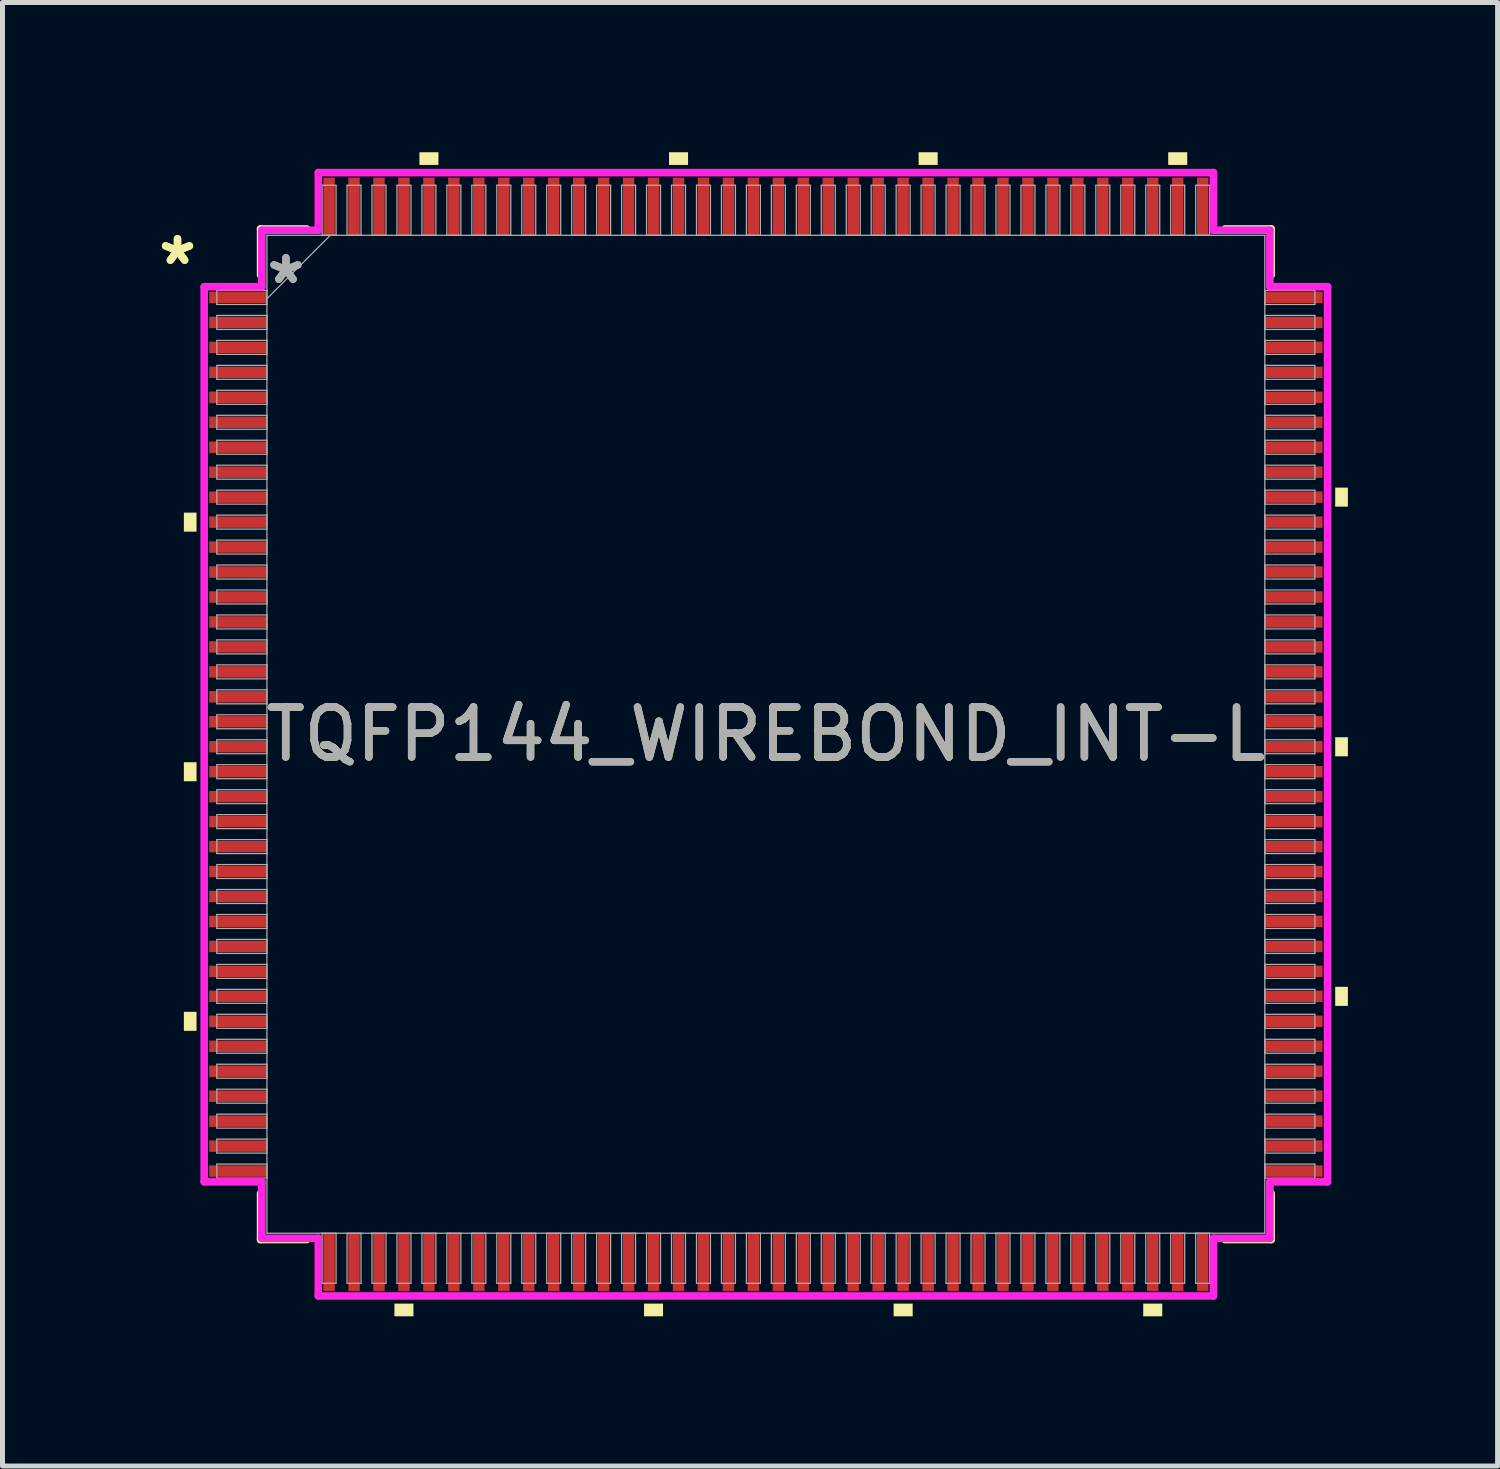
<source format=kicad_pcb>
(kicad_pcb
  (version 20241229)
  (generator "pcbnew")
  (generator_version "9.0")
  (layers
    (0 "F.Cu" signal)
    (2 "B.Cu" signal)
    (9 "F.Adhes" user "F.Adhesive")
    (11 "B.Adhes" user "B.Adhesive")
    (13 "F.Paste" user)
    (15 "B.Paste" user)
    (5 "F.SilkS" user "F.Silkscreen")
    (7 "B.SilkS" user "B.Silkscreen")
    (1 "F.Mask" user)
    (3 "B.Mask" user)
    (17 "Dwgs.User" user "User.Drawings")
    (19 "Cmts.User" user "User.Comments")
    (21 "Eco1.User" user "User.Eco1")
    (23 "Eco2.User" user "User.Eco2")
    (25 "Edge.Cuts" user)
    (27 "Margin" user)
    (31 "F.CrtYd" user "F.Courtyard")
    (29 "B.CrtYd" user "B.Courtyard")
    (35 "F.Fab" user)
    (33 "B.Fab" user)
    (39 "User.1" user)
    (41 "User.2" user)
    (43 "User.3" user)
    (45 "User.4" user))
  (footprint "TQFP144_WIREBOND_INT-L"
    (layer "F.Cu")
    (at 12.292 11.659)
    (property "Reference" "TQFP144_WIREBOND_INT-L" (at 0 0 0) (unlocked yes) (layer "F.SilkS") (effects (font (size 1 1) (thickness 0.15))))
    (attr smd)
    (fp_line (start -10.122 -10.122) (end -10.122 -9.197) (stroke (width 0.152) (type solid)) (layer "F.SilkS"))
    (fp_line (start -10.122 9.197) (end -10.122 10.122) (stroke (width 0.152) (type solid)) (layer "F.SilkS"))
    (fp_line (start -10.122 10.122) (end -9.197 10.122) (stroke (width 0.152) (type solid)) (layer "F.SilkS"))
    (fp_line (start -9.197 -10.122) (end -10.122 -10.122) (stroke (width 0.152) (type solid)) (layer "F.SilkS"))
    (fp_line (start 9.197 10.122) (end 10.122 10.122) (stroke (width 0.152) (type solid)) (layer "F.SilkS"))
    (fp_line (start 10.122 -10.122) (end 9.197 -10.122) (stroke (width 0.152) (type solid)) (layer "F.SilkS"))
    (fp_line (start 10.122 -9.197) (end 10.122 -10.122) (stroke (width 0.152) (type solid)) (layer "F.SilkS"))
    (fp_line (start 10.122 10.122) (end 10.122 9.197) (stroke (width 0.152) (type solid)) (layer "F.SilkS"))
    (fp_poly (pts (xy -11.659 -4.44) (xy -11.659 -4.059) (xy -11.405 -4.059) (xy -11.405 -4.44)) (stroke (width 0) (type solid)) (fill yes) (layer "F.SilkS"))
    (fp_poly (pts (xy -11.659 0.56) (xy -11.659 0.941) (xy -11.405 0.941) (xy -11.405 0.56)) (stroke (width 0) (type solid)) (fill yes) (layer "F.SilkS"))
    (fp_poly (pts (xy -11.659 5.56) (xy -11.659 5.941) (xy -11.405 5.941) (xy -11.405 5.56)) (stroke (width 0) (type solid)) (fill yes) (layer "F.SilkS"))
    (fp_poly (pts (xy -7.441 11.405) (xy -7.441 11.659) (xy -7.06 11.659) (xy -7.06 11.405)) (stroke (width 0) (type solid)) (fill yes) (layer "F.SilkS"))
    (fp_poly (pts (xy -6.94 -11.405) (xy -6.94 -11.659) (xy -6.559 -11.659) (xy -6.559 -11.405)) (stroke (width 0) (type solid)) (fill yes) (layer "F.SilkS"))
    (fp_poly (pts (xy -2.441 11.405) (xy -2.441 11.659) (xy -2.06 11.659) (xy -2.06 11.405)) (stroke (width 0) (type solid)) (fill yes) (layer "F.SilkS"))
    (fp_poly (pts (xy -1.94 -11.405) (xy -1.94 -11.659) (xy -1.559 -11.659) (xy -1.559 -11.405)) (stroke (width 0) (type solid)) (fill yes) (layer "F.SilkS"))
    (fp_poly (pts (xy 2.559 11.405) (xy 2.559 11.659) (xy 2.941 11.659) (xy 2.941 11.405)) (stroke (width 0) (type solid)) (fill yes) (layer "F.SilkS"))
    (fp_poly (pts (xy 3.06 -11.405) (xy 3.06 -11.659) (xy 3.441 -11.659) (xy 3.441 -11.405)) (stroke (width 0) (type solid)) (fill yes) (layer "F.SilkS"))
    (fp_poly (pts (xy 7.559 11.405) (xy 7.559 11.659) (xy 7.941 11.659) (xy 7.941 11.405)) (stroke (width 0) (type solid)) (fill yes) (layer "F.SilkS"))
    (fp_poly (pts (xy 8.06 -11.405) (xy 8.06 -11.659) (xy 8.441 -11.659) (xy 8.441 -11.405)) (stroke (width 0) (type solid)) (fill yes) (layer "F.SilkS"))
    (fp_poly (pts (xy 11.659 -4.941) (xy 11.659 -4.56) (xy 11.405 -4.56) (xy 11.405 -4.941)) (stroke (width 0) (type solid)) (fill yes) (layer "F.SilkS"))
    (fp_poly (pts (xy 11.659 0.059) (xy 11.659 0.441) (xy 11.405 0.441) (xy 11.405 0.059)) (stroke (width 0) (type solid)) (fill yes) (layer "F.SilkS"))
    (fp_poly (pts (xy 11.659 5.059) (xy 11.659 5.441) (xy 11.405 5.441) (xy 11.405 5.059)) (stroke (width 0) (type solid)) (fill yes) (layer "F.SilkS"))
    (fp_line (start -11.252 -8.966) (end -10.097 -8.966) (stroke (width 0.152) (type solid)) (layer "F.CrtYd"))
    (fp_line (start -11.252 8.966) (end -11.252 -8.966) (stroke (width 0.152) (type solid)) (layer "F.CrtYd"))
    (fp_line (start -10.097 -10.097) (end -8.966 -10.097) (stroke (width 0.152) (type solid)) (layer "F.CrtYd"))
    (fp_line (start -10.097 -8.966) (end -10.097 -10.097) (stroke (width 0.152) (type solid)) (layer "F.CrtYd"))
    (fp_line (start -10.097 8.966) (end -11.252 8.966) (stroke (width 0.152) (type solid)) (layer "F.CrtYd"))
    (fp_line (start -10.097 10.097) (end -10.097 8.966) (stroke (width 0.152) (type solid)) (layer "F.CrtYd"))
    (fp_line (start -10.097 10.097) (end -8.966 10.097) (stroke (width 0.152) (type solid)) (layer "F.CrtYd"))
    (fp_line (start -8.966 -11.252) (end 8.966 -11.252) (stroke (width 0.152) (type solid)) (layer "F.CrtYd"))
    (fp_line (start -8.966 -10.097) (end -8.966 -11.252) (stroke (width 0.152) (type solid)) (layer "F.CrtYd"))
    (fp_line (start -8.966 10.097) (end -8.966 11.252) (stroke (width 0.152) (type solid)) (layer "F.CrtYd"))
    (fp_line (start -8.966 11.252) (end 8.966 11.252) (stroke (width 0.152) (type solid)) (layer "F.CrtYd"))
    (fp_line (start 8.966 -11.252) (end 8.966 -10.097) (stroke (width 0.152) (type solid)) (layer "F.CrtYd"))
    (fp_line (start 8.966 -10.097) (end 10.097 -10.097) (stroke (width 0.152) (type solid)) (layer "F.CrtYd"))
    (fp_line (start 8.966 10.097) (end 10.097 10.097) (stroke (width 0.152) (type solid)) (layer "F.CrtYd"))
    (fp_line (start 8.966 11.252) (end 8.966 10.097) (stroke (width 0.152) (type solid)) (layer "F.CrtYd"))
    (fp_line (start 10.097 -8.966) (end 10.097 -10.097) (stroke (width 0.152) (type solid)) (layer "F.CrtYd"))
    (fp_line (start 10.097 8.966) (end 11.252 8.966) (stroke (width 0.152) (type solid)) (layer "F.CrtYd"))
    (fp_line (start 10.097 10.097) (end 10.097 8.966) (stroke (width 0.152) (type solid)) (layer "F.CrtYd"))
    (fp_line (start 11.252 -8.966) (end 10.097 -8.966) (stroke (width 0.152) (type solid)) (layer "F.CrtYd"))
    (fp_line (start 11.252 8.966) (end 11.252 -8.966) (stroke (width 0.152) (type solid)) (layer "F.CrtYd"))
    (fp_line (start -10.998 -8.89) (end -10.998 -8.61) (stroke (width 0.025) (type solid)) (layer "F.Fab"))
    (fp_line (start -10.998 -8.61) (end -9.995 -8.61) (stroke (width 0.025) (type solid)) (layer "F.Fab"))
    (fp_line (start -10.998 -8.39) (end -10.998 -8.11) (stroke (width 0.025) (type solid)) (layer "F.Fab"))
    (fp_line (start -10.998 -8.11) (end -9.995 -8.11) (stroke (width 0.025) (type solid)) (layer "F.Fab"))
    (fp_line (start -10.998 -7.89) (end -10.998 -7.61) (stroke (width 0.025) (type solid)) (layer "F.Fab"))
    (fp_line (start -10.998 -7.61) (end -9.995 -7.61) (stroke (width 0.025) (type solid)) (layer "F.Fab"))
    (fp_line (start -10.998 -7.39) (end -10.998 -7.11) (stroke (width 0.025) (type solid)) (layer "F.Fab"))
    (fp_line (start -10.998 -7.11) (end -9.995 -7.11) (stroke (width 0.025) (type solid)) (layer "F.Fab"))
    (fp_line (start -10.998 -6.89) (end -10.998 -6.61) (stroke (width 0.025) (type solid)) (layer "F.Fab"))
    (fp_line (start -10.998 -6.61) (end -9.995 -6.61) (stroke (width 0.025) (type solid)) (layer "F.Fab"))
    (fp_line (start -10.998 -6.39) (end -10.998 -6.11) (stroke (width 0.025) (type solid)) (layer "F.Fab"))
    (fp_line (start -10.998 -6.11) (end -9.995 -6.11) (stroke (width 0.025) (type solid)) (layer "F.Fab"))
    (fp_line (start -10.998 -5.89) (end -10.998 -5.61) (stroke (width 0.025) (type solid)) (layer "F.Fab"))
    (fp_line (start -10.998 -5.61) (end -9.995 -5.61) (stroke (width 0.025) (type solid)) (layer "F.Fab"))
    (fp_line (start -10.998 -5.39) (end -10.998 -5.11) (stroke (width 0.025) (type solid)) (layer "F.Fab"))
    (fp_line (start -10.998 -5.11) (end -9.995 -5.11) (stroke (width 0.025) (type solid)) (layer "F.Fab"))
    (fp_line (start -10.998 -4.89) (end -10.998 -4.61) (stroke (width 0.025) (type solid)) (layer "F.Fab"))
    (fp_line (start -10.998 -4.61) (end -9.995 -4.61) (stroke (width 0.025) (type solid)) (layer "F.Fab"))
    (fp_line (start -10.998 -4.39) (end -10.998 -4.11) (stroke (width 0.025) (type solid)) (layer "F.Fab"))
    (fp_line (start -10.998 -4.11) (end -9.995 -4.11) (stroke (width 0.025) (type solid)) (layer "F.Fab"))
    (fp_line (start -10.998 -3.89) (end -10.998 -3.61) (stroke (width 0.025) (type solid)) (layer "F.Fab"))
    (fp_line (start -10.998 -3.61) (end -9.995 -3.61) (stroke (width 0.025) (type solid)) (layer "F.Fab"))
    (fp_line (start -10.998 -3.39) (end -10.998 -3.11) (stroke (width 0.025) (type solid)) (layer "F.Fab"))
    (fp_line (start -10.998 -3.11) (end -9.995 -3.11) (stroke (width 0.025) (type solid)) (layer "F.Fab"))
    (fp_line (start -10.998 -2.89) (end -10.998 -2.61) (stroke (width 0.025) (type solid)) (layer "F.Fab"))
    (fp_line (start -10.998 -2.61) (end -9.995 -2.61) (stroke (width 0.025) (type solid)) (layer "F.Fab"))
    (fp_line (start -10.998 -2.39) (end -10.998 -2.11) (stroke (width 0.025) (type solid)) (layer "F.Fab"))
    (fp_line (start -10.998 -2.11) (end -9.995 -2.11) (stroke (width 0.025) (type solid)) (layer "F.Fab"))
    (fp_line (start -10.998 -1.89) (end -10.998 -1.61) (stroke (width 0.025) (type solid)) (layer "F.Fab"))
    (fp_line (start -10.998 -1.61) (end -9.995 -1.61) (stroke (width 0.025) (type solid)) (layer "F.Fab"))
    (fp_line (start -10.998 -1.39) (end -10.998 -1.11) (stroke (width 0.025) (type solid)) (layer "F.Fab"))
    (fp_line (start -10.998 -1.11) (end -9.995 -1.11) (stroke (width 0.025) (type solid)) (layer "F.Fab"))
    (fp_line (start -10.998 -0.89) (end -10.998 -0.61) (stroke (width 0.025) (type solid)) (layer "F.Fab"))
    (fp_line (start -10.998 -0.61) (end -9.995 -0.61) (stroke (width 0.025) (type solid)) (layer "F.Fab"))
    (fp_line (start -10.998 -0.39) (end -10.998 -0.11) (stroke (width 0.025) (type solid)) (layer "F.Fab"))
    (fp_line (start -10.998 -0.11) (end -9.995 -0.11) (stroke (width 0.025) (type solid)) (layer "F.Fab"))
    (fp_line (start -10.998 0.11) (end -10.998 0.39) (stroke (width 0.025) (type solid)) (layer "F.Fab"))
    (fp_line (start -10.998 0.39) (end -9.995 0.39) (stroke (width 0.025) (type solid)) (layer "F.Fab"))
    (fp_line (start -10.998 0.61) (end -10.998 0.89) (stroke (width 0.025) (type solid)) (layer "F.Fab"))
    (fp_line (start -10.998 0.89) (end -9.995 0.89) (stroke (width 0.025) (type solid)) (layer "F.Fab"))
    (fp_line (start -10.998 1.11) (end -10.998 1.39) (stroke (width 0.025) (type solid)) (layer "F.Fab"))
    (fp_line (start -10.998 1.39) (end -9.995 1.39) (stroke (width 0.025) (type solid)) (layer "F.Fab"))
    (fp_line (start -10.998 1.61) (end -10.998 1.89) (stroke (width 0.025) (type solid)) (layer "F.Fab"))
    (fp_line (start -10.998 1.89) (end -9.995 1.89) (stroke (width 0.025) (type solid)) (layer "F.Fab"))
    (fp_line (start -10.998 2.11) (end -10.998 2.39) (stroke (width 0.025) (type solid)) (layer "F.Fab"))
    (fp_line (start -10.998 2.39) (end -9.995 2.39) (stroke (width 0.025) (type solid)) (layer "F.Fab"))
    (fp_line (start -10.998 2.61) (end -10.998 2.89) (stroke (width 0.025) (type solid)) (layer "F.Fab"))
    (fp_line (start -10.998 2.89) (end -9.995 2.89) (stroke (width 0.025) (type solid)) (layer "F.Fab"))
    (fp_line (start -10.998 3.11) (end -10.998 3.39) (stroke (width 0.025) (type solid)) (layer "F.Fab"))
    (fp_line (start -10.998 3.39) (end -9.995 3.39) (stroke (width 0.025) (type solid)) (layer "F.Fab"))
    (fp_line (start -10.998 3.61) (end -10.998 3.89) (stroke (width 0.025) (type solid)) (layer "F.Fab"))
    (fp_line (start -10.998 3.89) (end -9.995 3.89) (stroke (width 0.025) (type solid)) (layer "F.Fab"))
    (fp_line (start -10.998 4.11) (end -10.998 4.39) (stroke (width 0.025) (type solid)) (layer "F.Fab"))
    (fp_line (start -10.998 4.39) (end -9.995 4.39) (stroke (width 0.025) (type solid)) (layer "F.Fab"))
    (fp_line (start -10.998 4.61) (end -10.998 4.89) (stroke (width 0.025) (type solid)) (layer "F.Fab"))
    (fp_line (start -10.998 4.89) (end -9.995 4.89) (stroke (width 0.025) (type solid)) (layer "F.Fab"))
    (fp_line (start -10.998 5.11) (end -10.998 5.39) (stroke (width 0.025) (type solid)) (layer "F.Fab"))
    (fp_line (start -10.998 5.39) (end -9.995 5.39) (stroke (width 0.025) (type solid)) (layer "F.Fab"))
    (fp_line (start -10.998 5.61) (end -10.998 5.89) (stroke (width 0.025) (type solid)) (layer "F.Fab"))
    (fp_line (start -10.998 5.89) (end -9.995 5.89) (stroke (width 0.025) (type solid)) (layer "F.Fab"))
    (fp_line (start -10.998 6.11) (end -10.998 6.39) (stroke (width 0.025) (type solid)) (layer "F.Fab"))
    (fp_line (start -10.998 6.39) (end -9.995 6.39) (stroke (width 0.025) (type solid)) (layer "F.Fab"))
    (fp_line (start -10.998 6.61) (end -10.998 6.89) (stroke (width 0.025) (type solid)) (layer "F.Fab"))
    (fp_line (start -10.998 6.89) (end -9.995 6.89) (stroke (width 0.025) (type solid)) (layer "F.Fab"))
    (fp_line (start -10.998 7.11) (end -10.998 7.39) (stroke (width 0.025) (type solid)) (layer "F.Fab"))
    (fp_line (start -10.998 7.39) (end -9.995 7.39) (stroke (width 0.025) (type solid)) (layer "F.Fab"))
    (fp_line (start -10.998 7.61) (end -10.998 7.89) (stroke (width 0.025) (type solid)) (layer "F.Fab"))
    (fp_line (start -10.998 7.89) (end -9.995 7.89) (stroke (width 0.025) (type solid)) (layer "F.Fab"))
    (fp_line (start -10.998 8.11) (end -10.998 8.39) (stroke (width 0.025) (type solid)) (layer "F.Fab"))
    (fp_line (start -10.998 8.39) (end -9.995 8.39) (stroke (width 0.025) (type solid)) (layer "F.Fab"))
    (fp_line (start -10.998 8.61) (end -10.998 8.89) (stroke (width 0.025) (type solid)) (layer "F.Fab"))
    (fp_line (start -10.998 8.89) (end -9.995 8.89) (stroke (width 0.025) (type solid)) (layer "F.Fab"))
    (fp_line (start -9.995 -9.995) (end -9.995 9.995) (stroke (width 0.025) (type solid)) (layer "F.Fab"))
    (fp_line (start -9.995 -8.89) (end -10.998 -8.89) (stroke (width 0.025) (type solid)) (layer "F.Fab"))
    (fp_line (start -9.995 -8.725) (end -8.725 -9.995) (stroke (width 0.025) (type solid)) (layer "F.Fab"))
    (fp_line (start -9.995 -8.61) (end -9.995 -8.89) (stroke (width 0.025) (type solid)) (layer "F.Fab"))
    (fp_line (start -9.995 -8.39) (end -10.998 -8.39) (stroke (width 0.025) (type solid)) (layer "F.Fab"))
    (fp_line (start -9.995 -8.11) (end -9.995 -8.39) (stroke (width 0.025) (type solid)) (layer "F.Fab"))
    (fp_line (start -9.995 -7.89) (end -10.998 -7.89) (stroke (width 0.025) (type solid)) (layer "F.Fab"))
    (fp_line (start -9.995 -7.61) (end -9.995 -7.89) (stroke (width 0.025) (type solid)) (layer "F.Fab"))
    (fp_line (start -9.995 -7.39) (end -10.998 -7.39) (stroke (width 0.025) (type solid)) (layer "F.Fab"))
    (fp_line (start -9.995 -7.11) (end -9.995 -7.39) (stroke (width 0.025) (type solid)) (layer "F.Fab"))
    (fp_line (start -9.995 -6.89) (end -10.998 -6.89) (stroke (width 0.025) (type solid)) (layer "F.Fab"))
    (fp_line (start -9.995 -6.61) (end -9.995 -6.89) (stroke (width 0.025) (type solid)) (layer "F.Fab"))
    (fp_line (start -9.995 -6.39) (end -10.998 -6.39) (stroke (width 0.025) (type solid)) (layer "F.Fab"))
    (fp_line (start -9.995 -6.11) (end -9.995 -6.39) (stroke (width 0.025) (type solid)) (layer "F.Fab"))
    (fp_line (start -9.995 -5.89) (end -10.998 -5.89) (stroke (width 0.025) (type solid)) (layer "F.Fab"))
    (fp_line (start -9.995 -5.61) (end -9.995 -5.89) (stroke (width 0.025) (type solid)) (layer "F.Fab"))
    (fp_line (start -9.995 -5.39) (end -10.998 -5.39) (stroke (width 0.025) (type solid)) (layer "F.Fab"))
    (fp_line (start -9.995 -5.11) (end -9.995 -5.39) (stroke (width 0.025) (type solid)) (layer "F.Fab"))
    (fp_line (start -9.995 -4.89) (end -10.998 -4.89) (stroke (width 0.025) (type solid)) (layer "F.Fab"))
    (fp_line (start -9.995 -4.61) (end -9.995 -4.89) (stroke (width 0.025) (type solid)) (layer "F.Fab"))
    (fp_line (start -9.995 -4.39) (end -10.998 -4.39) (stroke (width 0.025) (type solid)) (layer "F.Fab"))
    (fp_line (start -9.995 -4.11) (end -9.995 -4.39) (stroke (width 0.025) (type solid)) (layer "F.Fab"))
    (fp_line (start -9.995 -3.89) (end -10.998 -3.89) (stroke (width 0.025) (type solid)) (layer "F.Fab"))
    (fp_line (start -9.995 -3.61) (end -9.995 -3.89) (stroke (width 0.025) (type solid)) (layer "F.Fab"))
    (fp_line (start -9.995 -3.39) (end -10.998 -3.39) (stroke (width 0.025) (type solid)) (layer "F.Fab"))
    (fp_line (start -9.995 -3.11) (end -9.995 -3.39) (stroke (width 0.025) (type solid)) (layer "F.Fab"))
    (fp_line (start -9.995 -2.89) (end -10.998 -2.89) (stroke (width 0.025) (type solid)) (layer "F.Fab"))
    (fp_line (start -9.995 -2.61) (end -9.995 -2.89) (stroke (width 0.025) (type solid)) (layer "F.Fab"))
    (fp_line (start -9.995 -2.39) (end -10.998 -2.39) (stroke (width 0.025) (type solid)) (layer "F.Fab"))
    (fp_line (start -9.995 -2.11) (end -9.995 -2.39) (stroke (width 0.025) (type solid)) (layer "F.Fab"))
    (fp_line (start -9.995 -1.89) (end -10.998 -1.89) (stroke (width 0.025) (type solid)) (layer "F.Fab"))
    (fp_line (start -9.995 -1.61) (end -9.995 -1.89) (stroke (width 0.025) (type solid)) (layer "F.Fab"))
    (fp_line (start -9.995 -1.39) (end -10.998 -1.39) (stroke (width 0.025) (type solid)) (layer "F.Fab"))
    (fp_line (start -9.995 -1.11) (end -9.995 -1.39) (stroke (width 0.025) (type solid)) (layer "F.Fab"))
    (fp_line (start -9.995 -0.89) (end -10.998 -0.89) (stroke (width 0.025) (type solid)) (layer "F.Fab"))
    (fp_line (start -9.995 -0.61) (end -9.995 -0.89) (stroke (width 0.025) (type solid)) (layer "F.Fab"))
    (fp_line (start -9.995 -0.39) (end -10.998 -0.39) (stroke (width 0.025) (type solid)) (layer "F.Fab"))
    (fp_line (start -9.995 -0.11) (end -9.995 -0.39) (stroke (width 0.025) (type solid)) (layer "F.Fab"))
    (fp_line (start -9.995 0.11) (end -10.998 0.11) (stroke (width 0.025) (type solid)) (layer "F.Fab"))
    (fp_line (start -9.995 0.39) (end -9.995 0.11) (stroke (width 0.025) (type solid)) (layer "F.Fab"))
    (fp_line (start -9.995 0.61) (end -10.998 0.61) (stroke (width 0.025) (type solid)) (layer "F.Fab"))
    (fp_line (start -9.995 0.89) (end -9.995 0.61) (stroke (width 0.025) (type solid)) (layer "F.Fab"))
    (fp_line (start -9.995 1.11) (end -10.998 1.11) (stroke (width 0.025) (type solid)) (layer "F.Fab"))
    (fp_line (start -9.995 1.39) (end -9.995 1.11) (stroke (width 0.025) (type solid)) (layer "F.Fab"))
    (fp_line (start -9.995 1.61) (end -10.998 1.61) (stroke (width 0.025) (type solid)) (layer "F.Fab"))
    (fp_line (start -9.995 1.89) (end -9.995 1.61) (stroke (width 0.025) (type solid)) (layer "F.Fab"))
    (fp_line (start -9.995 2.11) (end -10.998 2.11) (stroke (width 0.025) (type solid)) (layer "F.Fab"))
    (fp_line (start -9.995 2.39) (end -9.995 2.11) (stroke (width 0.025) (type solid)) (layer "F.Fab"))
    (fp_line (start -9.995 2.61) (end -10.998 2.61) (stroke (width 0.025) (type solid)) (layer "F.Fab"))
    (fp_line (start -9.995 2.89) (end -9.995 2.61) (stroke (width 0.025) (type solid)) (layer "F.Fab"))
    (fp_line (start -9.995 3.11) (end -10.998 3.11) (stroke (width 0.025) (type solid)) (layer "F.Fab"))
    (fp_line (start -9.995 3.39) (end -9.995 3.11) (stroke (width 0.025) (type solid)) (layer "F.Fab"))
    (fp_line (start -9.995 3.61) (end -10.998 3.61) (stroke (width 0.025) (type solid)) (layer "F.Fab"))
    (fp_line (start -9.995 3.89) (end -9.995 3.61) (stroke (width 0.025) (type solid)) (layer "F.Fab"))
    (fp_line (start -9.995 4.11) (end -10.998 4.11) (stroke (width 0.025) (type solid)) (layer "F.Fab"))
    (fp_line (start -9.995 4.39) (end -9.995 4.11) (stroke (width 0.025) (type solid)) (layer "F.Fab"))
    (fp_line (start -9.995 4.61) (end -10.998 4.61) (stroke (width 0.025) (type solid)) (layer "F.Fab"))
    (fp_line (start -9.995 4.89) (end -9.995 4.61) (stroke (width 0.025) (type solid)) (layer "F.Fab"))
    (fp_line (start -9.995 5.11) (end -10.998 5.11) (stroke (width 0.025) (type solid)) (layer "F.Fab"))
    (fp_line (start -9.995 5.39) (end -9.995 5.11) (stroke (width 0.025) (type solid)) (layer "F.Fab"))
    (fp_line (start -9.995 5.61) (end -10.998 5.61) (stroke (width 0.025) (type solid)) (layer "F.Fab"))
    (fp_line (start -9.995 5.89) (end -9.995 5.61) (stroke (width 0.025) (type solid)) (layer "F.Fab"))
    (fp_line (start -9.995 6.11) (end -10.998 6.11) (stroke (width 0.025) (type solid)) (layer "F.Fab"))
    (fp_line (start -9.995 6.39) (end -9.995 6.11) (stroke (width 0.025) (type solid)) (layer "F.Fab"))
    (fp_line (start -9.995 6.61) (end -10.998 6.61) (stroke (width 0.025) (type solid)) (layer "F.Fab"))
    (fp_line (start -9.995 6.89) (end -9.995 6.61) (stroke (width 0.025) (type solid)) (layer "F.Fab"))
    (fp_line (start -9.995 7.11) (end -10.998 7.11) (stroke (width 0.025) (type solid)) (layer "F.Fab"))
    (fp_line (start -9.995 7.39) (end -9.995 7.11) (stroke (width 0.025) (type solid)) (layer "F.Fab"))
    (fp_line (start -9.995 7.61) (end -10.998 7.61) (stroke (width 0.025) (type solid)) (layer "F.Fab"))
    (fp_line (start -9.995 7.89) (end -9.995 7.61) (stroke (width 0.025) (type solid)) (layer "F.Fab"))
    (fp_line (start -9.995 8.11) (end -10.998 8.11) (stroke (width 0.025) (type solid)) (layer "F.Fab"))
    (fp_line (start -9.995 8.39) (end -9.995 8.11) (stroke (width 0.025) (type solid)) (layer "F.Fab"))
    (fp_line (start -9.995 8.61) (end -10.998 8.61) (stroke (width 0.025) (type solid)) (layer "F.Fab"))
    (fp_line (start -9.995 8.89) (end -9.995 8.61) (stroke (width 0.025) (type solid)) (layer "F.Fab"))
    (fp_line (start -9.995 9.995) (end 9.995 9.995) (stroke (width 0.025) (type solid)) (layer "F.Fab"))
    (fp_line (start -8.89 -10.998) (end -8.89 -9.995) (stroke (width 0.025) (type solid)) (layer "F.Fab"))
    (fp_line (start -8.89 -9.995) (end -8.61 -9.995) (stroke (width 0.025) (type solid)) (layer "F.Fab"))
    (fp_line (start -8.89 9.995) (end -8.89 10.998) (stroke (width 0.025) (type solid)) (layer "F.Fab"))
    (fp_line (start -8.89 10.998) (end -8.61 10.998) (stroke (width 0.025) (type solid)) (layer "F.Fab"))
    (fp_line (start -8.61 -10.998) (end -8.89 -10.998) (stroke (width 0.025) (type solid)) (layer "F.Fab"))
    (fp_line (start -8.61 -9.995) (end -8.61 -10.998) (stroke (width 0.025) (type solid)) (layer "F.Fab"))
    (fp_line (start -8.61 9.995) (end -8.89 9.995) (stroke (width 0.025) (type solid)) (layer "F.Fab"))
    (fp_line (start -8.61 10.998) (end -8.61 9.995) (stroke (width 0.025) (type solid)) (layer "F.Fab"))
    (fp_line (start -8.39 -10.998) (end -8.39 -9.995) (stroke (width 0.025) (type solid)) (layer "F.Fab"))
    (fp_line (start -8.39 -9.995) (end -8.11 -9.995) (stroke (width 0.025) (type solid)) (layer "F.Fab"))
    (fp_line (start -8.39 9.995) (end -8.39 10.998) (stroke (width 0.025) (type solid)) (layer "F.Fab"))
    (fp_line (start -8.39 10.998) (end -8.11 10.998) (stroke (width 0.025) (type solid)) (layer "F.Fab"))
    (fp_line (start -8.11 -10.998) (end -8.39 -10.998) (stroke (width 0.025) (type solid)) (layer "F.Fab"))
    (fp_line (start -8.11 -9.995) (end -8.11 -10.998) (stroke (width 0.025) (type solid)) (layer "F.Fab"))
    (fp_line (start -8.11 9.995) (end -8.39 9.995) (stroke (width 0.025) (type solid)) (layer "F.Fab"))
    (fp_line (start -8.11 10.998) (end -8.11 9.995) (stroke (width 0.025) (type solid)) (layer "F.Fab"))
    (fp_line (start -7.89 -10.998) (end -7.89 -9.995) (stroke (width 0.025) (type solid)) (layer "F.Fab"))
    (fp_line (start -7.89 -9.995) (end -7.61 -9.995) (stroke (width 0.025) (type solid)) (layer "F.Fab"))
    (fp_line (start -7.89 9.995) (end -7.89 10.998) (stroke (width 0.025) (type solid)) (layer "F.Fab"))
    (fp_line (start -7.89 10.998) (end -7.61 10.998) (stroke (width 0.025) (type solid)) (layer "F.Fab"))
    (fp_line (start -7.61 -10.998) (end -7.89 -10.998) (stroke (width 0.025) (type solid)) (layer "F.Fab"))
    (fp_line (start -7.61 -9.995) (end -7.61 -10.998) (stroke (width 0.025) (type solid)) (layer "F.Fab"))
    (fp_line (start -7.61 9.995) (end -7.89 9.995) (stroke (width 0.025) (type solid)) (layer "F.Fab"))
    (fp_line (start -7.61 10.998) (end -7.61 9.995) (stroke (width 0.025) (type solid)) (layer "F.Fab"))
    (fp_line (start -7.39 -10.998) (end -7.39 -9.995) (stroke (width 0.025) (type solid)) (layer "F.Fab"))
    (fp_line (start -7.39 -9.995) (end -7.11 -9.995) (stroke (width 0.025) (type solid)) (layer "F.Fab"))
    (fp_line (start -7.39 9.995) (end -7.39 10.998) (stroke (width 0.025) (type solid)) (layer "F.Fab"))
    (fp_line (start -7.39 10.998) (end -7.11 10.998) (stroke (width 0.025) (type solid)) (layer "F.Fab"))
    (fp_line (start -7.11 -10.998) (end -7.39 -10.998) (stroke (width 0.025) (type solid)) (layer "F.Fab"))
    (fp_line (start -7.11 -9.995) (end -7.11 -10.998) (stroke (width 0.025) (type solid)) (layer "F.Fab"))
    (fp_line (start -7.11 9.995) (end -7.39 9.995) (stroke (width 0.025) (type solid)) (layer "F.Fab"))
    (fp_line (start -7.11 10.998) (end -7.11 9.995) (stroke (width 0.025) (type solid)) (layer "F.Fab"))
    (fp_line (start -6.89 -10.998) (end -6.89 -9.995) (stroke (width 0.025) (type solid)) (layer "F.Fab"))
    (fp_line (start -6.89 -9.995) (end -6.61 -9.995) (stroke (width 0.025) (type solid)) (layer "F.Fab"))
    (fp_line (start -6.89 9.995) (end -6.89 10.998) (stroke (width 0.025) (type solid)) (layer "F.Fab"))
    (fp_line (start -6.89 10.998) (end -6.61 10.998) (stroke (width 0.025) (type solid)) (layer "F.Fab"))
    (fp_line (start -6.61 -10.998) (end -6.89 -10.998) (stroke (width 0.025) (type solid)) (layer "F.Fab"))
    (fp_line (start -6.61 -9.995) (end -6.61 -10.998) (stroke (width 0.025) (type solid)) (layer "F.Fab"))
    (fp_line (start -6.61 9.995) (end -6.89 9.995) (stroke (width 0.025) (type solid)) (layer "F.Fab"))
    (fp_line (start -6.61 10.998) (end -6.61 9.995) (stroke (width 0.025) (type solid)) (layer "F.Fab"))
    (fp_line (start -6.39 -10.998) (end -6.39 -9.995) (stroke (width 0.025) (type solid)) (layer "F.Fab"))
    (fp_line (start -6.39 -9.995) (end -6.11 -9.995) (stroke (width 0.025) (type solid)) (layer "F.Fab"))
    (fp_line (start -6.39 9.995) (end -6.39 10.998) (stroke (width 0.025) (type solid)) (layer "F.Fab"))
    (fp_line (start -6.39 10.998) (end -6.11 10.998) (stroke (width 0.025) (type solid)) (layer "F.Fab"))
    (fp_line (start -6.11 -10.998) (end -6.39 -10.998) (stroke (width 0.025) (type solid)) (layer "F.Fab"))
    (fp_line (start -6.11 -9.995) (end -6.11 -10.998) (stroke (width 0.025) (type solid)) (layer "F.Fab"))
    (fp_line (start -6.11 9.995) (end -6.39 9.995) (stroke (width 0.025) (type solid)) (layer "F.Fab"))
    (fp_line (start -6.11 10.998) (end -6.11 9.995) (stroke (width 0.025) (type solid)) (layer "F.Fab"))
    (fp_line (start -5.89 -10.998) (end -5.89 -9.995) (stroke (width 0.025) (type solid)) (layer "F.Fab"))
    (fp_line (start -5.89 -9.995) (end -5.61 -9.995) (stroke (width 0.025) (type solid)) (layer "F.Fab"))
    (fp_line (start -5.89 9.995) (end -5.89 10.998) (stroke (width 0.025) (type solid)) (layer "F.Fab"))
    (fp_line (start -5.89 10.998) (end -5.61 10.998) (stroke (width 0.025) (type solid)) (layer "F.Fab"))
    (fp_line (start -5.61 -10.998) (end -5.89 -10.998) (stroke (width 0.025) (type solid)) (layer "F.Fab"))
    (fp_line (start -5.61 -9.995) (end -5.61 -10.998) (stroke (width 0.025) (type solid)) (layer "F.Fab"))
    (fp_line (start -5.61 9.995) (end -5.89 9.995) (stroke (width 0.025) (type solid)) (layer "F.Fab"))
    (fp_line (start -5.61 10.998) (end -5.61 9.995) (stroke (width 0.025) (type solid)) (layer "F.Fab"))
    (fp_line (start -5.39 -10.998) (end -5.39 -9.995) (stroke (width 0.025) (type solid)) (layer "F.Fab"))
    (fp_line (start -5.39 -9.995) (end -5.11 -9.995) (stroke (width 0.025) (type solid)) (layer "F.Fab"))
    (fp_line (start -5.39 9.995) (end -5.39 10.998) (stroke (width 0.025) (type solid)) (layer "F.Fab"))
    (fp_line (start -5.39 10.998) (end -5.11 10.998) (stroke (width 0.025) (type solid)) (layer "F.Fab"))
    (fp_line (start -5.11 -10.998) (end -5.39 -10.998) (stroke (width 0.025) (type solid)) (layer "F.Fab"))
    (fp_line (start -5.11 -9.995) (end -5.11 -10.998) (stroke (width 0.025) (type solid)) (layer "F.Fab"))
    (fp_line (start -5.11 9.995) (end -5.39 9.995) (stroke (width 0.025) (type solid)) (layer "F.Fab"))
    (fp_line (start -5.11 10.998) (end -5.11 9.995) (stroke (width 0.025) (type solid)) (layer "F.Fab"))
    (fp_line (start -4.89 -10.998) (end -4.89 -9.995) (stroke (width 0.025) (type solid)) (layer "F.Fab"))
    (fp_line (start -4.89 -9.995) (end -4.61 -9.995) (stroke (width 0.025) (type solid)) (layer "F.Fab"))
    (fp_line (start -4.89 9.995) (end -4.89 10.998) (stroke (width 0.025) (type solid)) (layer "F.Fab"))
    (fp_line (start -4.89 10.998) (end -4.61 10.998) (stroke (width 0.025) (type solid)) (layer "F.Fab"))
    (fp_line (start -4.61 -10.998) (end -4.89 -10.998) (stroke (width 0.025) (type solid)) (layer "F.Fab"))
    (fp_line (start -4.61 -9.995) (end -4.61 -10.998) (stroke (width 0.025) (type solid)) (layer "F.Fab"))
    (fp_line (start -4.61 9.995) (end -4.89 9.995) (stroke (width 0.025) (type solid)) (layer "F.Fab"))
    (fp_line (start -4.61 10.998) (end -4.61 9.995) (stroke (width 0.025) (type solid)) (layer "F.Fab"))
    (fp_line (start -4.39 -10.998) (end -4.39 -9.995) (stroke (width 0.025) (type solid)) (layer "F.Fab"))
    (fp_line (start -4.39 -9.995) (end -4.11 -9.995) (stroke (width 0.025) (type solid)) (layer "F.Fab"))
    (fp_line (start -4.39 9.995) (end -4.39 10.998) (stroke (width 0.025) (type solid)) (layer "F.Fab"))
    (fp_line (start -4.39 10.998) (end -4.11 10.998) (stroke (width 0.025) (type solid)) (layer "F.Fab"))
    (fp_line (start -4.11 -10.998) (end -4.39 -10.998) (stroke (width 0.025) (type solid)) (layer "F.Fab"))
    (fp_line (start -4.11 -9.995) (end -4.11 -10.998) (stroke (width 0.025) (type solid)) (layer "F.Fab"))
    (fp_line (start -4.11 9.995) (end -4.39 9.995) (stroke (width 0.025) (type solid)) (layer "F.Fab"))
    (fp_line (start -4.11 10.998) (end -4.11 9.995) (stroke (width 0.025) (type solid)) (layer "F.Fab"))
    (fp_line (start -3.89 -10.998) (end -3.89 -9.995) (stroke (width 0.025) (type solid)) (layer "F.Fab"))
    (fp_line (start -3.89 -9.995) (end -3.61 -9.995) (stroke (width 0.025) (type solid)) (layer "F.Fab"))
    (fp_line (start -3.89 9.995) (end -3.89 10.998) (stroke (width 0.025) (type solid)) (layer "F.Fab"))
    (fp_line (start -3.89 10.998) (end -3.61 10.998) (stroke (width 0.025) (type solid)) (layer "F.Fab"))
    (fp_line (start -3.61 -10.998) (end -3.89 -10.998) (stroke (width 0.025) (type solid)) (layer "F.Fab"))
    (fp_line (start -3.61 -9.995) (end -3.61 -10.998) (stroke (width 0.025) (type solid)) (layer "F.Fab"))
    (fp_line (start -3.61 9.995) (end -3.89 9.995) (stroke (width 0.025) (type solid)) (layer "F.Fab"))
    (fp_line (start -3.61 10.998) (end -3.61 9.995) (stroke (width 0.025) (type solid)) (layer "F.Fab"))
    (fp_line (start -3.39 -10.998) (end -3.39 -9.995) (stroke (width 0.025) (type solid)) (layer "F.Fab"))
    (fp_line (start -3.39 -9.995) (end -3.11 -9.995) (stroke (width 0.025) (type solid)) (layer "F.Fab"))
    (fp_line (start -3.39 9.995) (end -3.39 10.998) (stroke (width 0.025) (type solid)) (layer "F.Fab"))
    (fp_line (start -3.39 10.998) (end -3.11 10.998) (stroke (width 0.025) (type solid)) (layer "F.Fab"))
    (fp_line (start -3.11 -10.998) (end -3.39 -10.998) (stroke (width 0.025) (type solid)) (layer "F.Fab"))
    (fp_line (start -3.11 -9.995) (end -3.11 -10.998) (stroke (width 0.025) (type solid)) (layer "F.Fab"))
    (fp_line (start -3.11 9.995) (end -3.39 9.995) (stroke (width 0.025) (type solid)) (layer "F.Fab"))
    (fp_line (start -3.11 10.998) (end -3.11 9.995) (stroke (width 0.025) (type solid)) (layer "F.Fab"))
    (fp_line (start -2.89 -10.998) (end -2.89 -9.995) (stroke (width 0.025) (type solid)) (layer "F.Fab"))
    (fp_line (start -2.89 -9.995) (end -2.61 -9.995) (stroke (width 0.025) (type solid)) (layer "F.Fab"))
    (fp_line (start -2.89 9.995) (end -2.89 10.998) (stroke (width 0.025) (type solid)) (layer "F.Fab"))
    (fp_line (start -2.89 10.998) (end -2.61 10.998) (stroke (width 0.025) (type solid)) (layer "F.Fab"))
    (fp_line (start -2.61 -10.998) (end -2.89 -10.998) (stroke (width 0.025) (type solid)) (layer "F.Fab"))
    (fp_line (start -2.61 -9.995) (end -2.61 -10.998) (stroke (width 0.025) (type solid)) (layer "F.Fab"))
    (fp_line (start -2.61 9.995) (end -2.89 9.995) (stroke (width 0.025) (type solid)) (layer "F.Fab"))
    (fp_line (start -2.61 10.998) (end -2.61 9.995) (stroke (width 0.025) (type solid)) (layer "F.Fab"))
    (fp_line (start -2.39 -10.998) (end -2.39 -9.995) (stroke (width 0.025) (type solid)) (layer "F.Fab"))
    (fp_line (start -2.39 -9.995) (end -2.11 -9.995) (stroke (width 0.025) (type solid)) (layer "F.Fab"))
    (fp_line (start -2.39 9.995) (end -2.39 10.998) (stroke (width 0.025) (type solid)) (layer "F.Fab"))
    (fp_line (start -2.39 10.998) (end -2.11 10.998) (stroke (width 0.025) (type solid)) (layer "F.Fab"))
    (fp_line (start -2.11 -10.998) (end -2.39 -10.998) (stroke (width 0.025) (type solid)) (layer "F.Fab"))
    (fp_line (start -2.11 -9.995) (end -2.11 -10.998) (stroke (width 0.025) (type solid)) (layer "F.Fab"))
    (fp_line (start -2.11 9.995) (end -2.39 9.995) (stroke (width 0.025) (type solid)) (layer "F.Fab"))
    (fp_line (start -2.11 10.998) (end -2.11 9.995) (stroke (width 0.025) (type solid)) (layer "F.Fab"))
    (fp_line (start -1.89 -10.998) (end -1.89 -9.995) (stroke (width 0.025) (type solid)) (layer "F.Fab"))
    (fp_line (start -1.89 -9.995) (end -1.61 -9.995) (stroke (width 0.025) (type solid)) (layer "F.Fab"))
    (fp_line (start -1.89 9.995) (end -1.89 10.998) (stroke (width 0.025) (type solid)) (layer "F.Fab"))
    (fp_line (start -1.89 10.998) (end -1.61 10.998) (stroke (width 0.025) (type solid)) (layer "F.Fab"))
    (fp_line (start -1.61 -10.998) (end -1.89 -10.998) (stroke (width 0.025) (type solid)) (layer "F.Fab"))
    (fp_line (start -1.61 -9.995) (end -1.61 -10.998) (stroke (width 0.025) (type solid)) (layer "F.Fab"))
    (fp_line (start -1.61 9.995) (end -1.89 9.995) (stroke (width 0.025) (type solid)) (layer "F.Fab"))
    (fp_line (start -1.61 10.998) (end -1.61 9.995) (stroke (width 0.025) (type solid)) (layer "F.Fab"))
    (fp_line (start -1.39 -10.998) (end -1.39 -9.995) (stroke (width 0.025) (type solid)) (layer "F.Fab"))
    (fp_line (start -1.39 -9.995) (end -1.11 -9.995) (stroke (width 0.025) (type solid)) (layer "F.Fab"))
    (fp_line (start -1.39 9.995) (end -1.39 10.998) (stroke (width 0.025) (type solid)) (layer "F.Fab"))
    (fp_line (start -1.39 10.998) (end -1.11 10.998) (stroke (width 0.025) (type solid)) (layer "F.Fab"))
    (fp_line (start -1.11 -10.998) (end -1.39 -10.998) (stroke (width 0.025) (type solid)) (layer "F.Fab"))
    (fp_line (start -1.11 -9.995) (end -1.11 -10.998) (stroke (width 0.025) (type solid)) (layer "F.Fab"))
    (fp_line (start -1.11 9.995) (end -1.39 9.995) (stroke (width 0.025) (type solid)) (layer "F.Fab"))
    (fp_line (start -1.11 10.998) (end -1.11 9.995) (stroke (width 0.025) (type solid)) (layer "F.Fab"))
    (fp_line (start -0.89 -10.998) (end -0.89 -9.995) (stroke (width 0.025) (type solid)) (layer "F.Fab"))
    (fp_line (start -0.89 -9.995) (end -0.61 -9.995) (stroke (width 0.025) (type solid)) (layer "F.Fab"))
    (fp_line (start -0.89 9.995) (end -0.89 10.998) (stroke (width 0.025) (type solid)) (layer "F.Fab"))
    (fp_line (start -0.89 10.998) (end -0.61 10.998) (stroke (width 0.025) (type solid)) (layer "F.Fab"))
    (fp_line (start -0.61 -10.998) (end -0.89 -10.998) (stroke (width 0.025) (type solid)) (layer "F.Fab"))
    (fp_line (start -0.61 -9.995) (end -0.61 -10.998) (stroke (width 0.025) (type solid)) (layer "F.Fab"))
    (fp_line (start -0.61 9.995) (end -0.89 9.995) (stroke (width 0.025) (type solid)) (layer "F.Fab"))
    (fp_line (start -0.61 10.998) (end -0.61 9.995) (stroke (width 0.025) (type solid)) (layer "F.Fab"))
    (fp_line (start -0.39 -10.998) (end -0.39 -9.995) (stroke (width 0.025) (type solid)) (layer "F.Fab"))
    (fp_line (start -0.39 -9.995) (end -0.11 -9.995) (stroke (width 0.025) (type solid)) (layer "F.Fab"))
    (fp_line (start -0.39 9.995) (end -0.39 10.998) (stroke (width 0.025) (type solid)) (layer "F.Fab"))
    (fp_line (start -0.39 10.998) (end -0.11 10.998) (stroke (width 0.025) (type solid)) (layer "F.Fab"))
    (fp_line (start -0.11 -10.998) (end -0.39 -10.998) (stroke (width 0.025) (type solid)) (layer "F.Fab"))
    (fp_line (start -0.11 -9.995) (end -0.11 -10.998) (stroke (width 0.025) (type solid)) (layer "F.Fab"))
    (fp_line (start -0.11 9.995) (end -0.39 9.995) (stroke (width 0.025) (type solid)) (layer "F.Fab"))
    (fp_line (start -0.11 10.998) (end -0.11 9.995) (stroke (width 0.025) (type solid)) (layer "F.Fab"))
    (fp_line (start 0.11 -10.998) (end 0.11 -9.995) (stroke (width 0.025) (type solid)) (layer "F.Fab"))
    (fp_line (start 0.11 -9.995) (end 0.39 -9.995) (stroke (width 0.025) (type solid)) (layer "F.Fab"))
    (fp_line (start 0.11 9.995) (end 0.11 10.998) (stroke (width 0.025) (type solid)) (layer "F.Fab"))
    (fp_line (start 0.11 10.998) (end 0.39 10.998) (stroke (width 0.025) (type solid)) (layer "F.Fab"))
    (fp_line (start 0.39 -10.998) (end 0.11 -10.998) (stroke (width 0.025) (type solid)) (layer "F.Fab"))
    (fp_line (start 0.39 -9.995) (end 0.39 -10.998) (stroke (width 0.025) (type solid)) (layer "F.Fab"))
    (fp_line (start 0.39 9.995) (end 0.11 9.995) (stroke (width 0.025) (type solid)) (layer "F.Fab"))
    (fp_line (start 0.39 10.998) (end 0.39 9.995) (stroke (width 0.025) (type solid)) (layer "F.Fab"))
    (fp_line (start 0.61 -10.998) (end 0.61 -9.995) (stroke (width 0.025) (type solid)) (layer "F.Fab"))
    (fp_line (start 0.61 -9.995) (end 0.89 -9.995) (stroke (width 0.025) (type solid)) (layer "F.Fab"))
    (fp_line (start 0.61 9.995) (end 0.61 10.998) (stroke (width 0.025) (type solid)) (layer "F.Fab"))
    (fp_line (start 0.61 10.998) (end 0.89 10.998) (stroke (width 0.025) (type solid)) (layer "F.Fab"))
    (fp_line (start 0.89 -10.998) (end 0.61 -10.998) (stroke (width 0.025) (type solid)) (layer "F.Fab"))
    (fp_line (start 0.89 -9.995) (end 0.89 -10.998) (stroke (width 0.025) (type solid)) (layer "F.Fab"))
    (fp_line (start 0.89 9.995) (end 0.61 9.995) (stroke (width 0.025) (type solid)) (layer "F.Fab"))
    (fp_line (start 0.89 10.998) (end 0.89 9.995) (stroke (width 0.025) (type solid)) (layer "F.Fab"))
    (fp_line (start 1.11 -10.998) (end 1.11 -9.995) (stroke (width 0.025) (type solid)) (layer "F.Fab"))
    (fp_line (start 1.11 -9.995) (end 1.39 -9.995) (stroke (width 0.025) (type solid)) (layer "F.Fab"))
    (fp_line (start 1.11 9.995) (end 1.11 10.998) (stroke (width 0.025) (type solid)) (layer "F.Fab"))
    (fp_line (start 1.11 10.998) (end 1.39 10.998) (stroke (width 0.025) (type solid)) (layer "F.Fab"))
    (fp_line (start 1.39 -10.998) (end 1.11 -10.998) (stroke (width 0.025) (type solid)) (layer "F.Fab"))
    (fp_line (start 1.39 -9.995) (end 1.39 -10.998) (stroke (width 0.025) (type solid)) (layer "F.Fab"))
    (fp_line (start 1.39 9.995) (end 1.11 9.995) (stroke (width 0.025) (type solid)) (layer "F.Fab"))
    (fp_line (start 1.39 10.998) (end 1.39 9.995) (stroke (width 0.025) (type solid)) (layer "F.Fab"))
    (fp_line (start 1.61 -10.998) (end 1.61 -9.995) (stroke (width 0.025) (type solid)) (layer "F.Fab"))
    (fp_line (start 1.61 -9.995) (end 1.89 -9.995) (stroke (width 0.025) (type solid)) (layer "F.Fab"))
    (fp_line (start 1.61 9.995) (end 1.61 10.998) (stroke (width 0.025) (type solid)) (layer "F.Fab"))
    (fp_line (start 1.61 10.998) (end 1.89 10.998) (stroke (width 0.025) (type solid)) (layer "F.Fab"))
    (fp_line (start 1.89 -10.998) (end 1.61 -10.998) (stroke (width 0.025) (type solid)) (layer "F.Fab"))
    (fp_line (start 1.89 -9.995) (end 1.89 -10.998) (stroke (width 0.025) (type solid)) (layer "F.Fab"))
    (fp_line (start 1.89 9.995) (end 1.61 9.995) (stroke (width 0.025) (type solid)) (layer "F.Fab"))
    (fp_line (start 1.89 10.998) (end 1.89 9.995) (stroke (width 0.025) (type solid)) (layer "F.Fab"))
    (fp_line (start 2.11 -10.998) (end 2.11 -9.995) (stroke (width 0.025) (type solid)) (layer "F.Fab"))
    (fp_line (start 2.11 -9.995) (end 2.39 -9.995) (stroke (width 0.025) (type solid)) (layer "F.Fab"))
    (fp_line (start 2.11 9.995) (end 2.11 10.998) (stroke (width 0.025) (type solid)) (layer "F.Fab"))
    (fp_line (start 2.11 10.998) (end 2.39 10.998) (stroke (width 0.025) (type solid)) (layer "F.Fab"))
    (fp_line (start 2.39 -10.998) (end 2.11 -10.998) (stroke (width 0.025) (type solid)) (layer "F.Fab"))
    (fp_line (start 2.39 -9.995) (end 2.39 -10.998) (stroke (width 0.025) (type solid)) (layer "F.Fab"))
    (fp_line (start 2.39 9.995) (end 2.11 9.995) (stroke (width 0.025) (type solid)) (layer "F.Fab"))
    (fp_line (start 2.39 10.998) (end 2.39 9.995) (stroke (width 0.025) (type solid)) (layer "F.Fab"))
    (fp_line (start 2.61 -10.998) (end 2.61 -9.995) (stroke (width 0.025) (type solid)) (layer "F.Fab"))
    (fp_line (start 2.61 -9.995) (end 2.89 -9.995) (stroke (width 0.025) (type solid)) (layer "F.Fab"))
    (fp_line (start 2.61 9.995) (end 2.61 10.998) (stroke (width 0.025) (type solid)) (layer "F.Fab"))
    (fp_line (start 2.61 10.998) (end 2.89 10.998) (stroke (width 0.025) (type solid)) (layer "F.Fab"))
    (fp_line (start 2.89 -10.998) (end 2.61 -10.998) (stroke (width 0.025) (type solid)) (layer "F.Fab"))
    (fp_line (start 2.89 -9.995) (end 2.89 -10.998) (stroke (width 0.025) (type solid)) (layer "F.Fab"))
    (fp_line (start 2.89 9.995) (end 2.61 9.995) (stroke (width 0.025) (type solid)) (layer "F.Fab"))
    (fp_line (start 2.89 10.998) (end 2.89 9.995) (stroke (width 0.025) (type solid)) (layer "F.Fab"))
    (fp_line (start 3.11 -10.998) (end 3.11 -9.995) (stroke (width 0.025) (type solid)) (layer "F.Fab"))
    (fp_line (start 3.11 -9.995) (end 3.39 -9.995) (stroke (width 0.025) (type solid)) (layer "F.Fab"))
    (fp_line (start 3.11 9.995) (end 3.11 10.998) (stroke (width 0.025) (type solid)) (layer "F.Fab"))
    (fp_line (start 3.11 10.998) (end 3.39 10.998) (stroke (width 0.025) (type solid)) (layer "F.Fab"))
    (fp_line (start 3.39 -10.998) (end 3.11 -10.998) (stroke (width 0.025) (type solid)) (layer "F.Fab"))
    (fp_line (start 3.39 -9.995) (end 3.39 -10.998) (stroke (width 0.025) (type solid)) (layer "F.Fab"))
    (fp_line (start 3.39 9.995) (end 3.11 9.995) (stroke (width 0.025) (type solid)) (layer "F.Fab"))
    (fp_line (start 3.39 10.998) (end 3.39 9.995) (stroke (width 0.025) (type solid)) (layer "F.Fab"))
    (fp_line (start 3.61 -10.998) (end 3.61 -9.995) (stroke (width 0.025) (type solid)) (layer "F.Fab"))
    (fp_line (start 3.61 -9.995) (end 3.89 -9.995) (stroke (width 0.025) (type solid)) (layer "F.Fab"))
    (fp_line (start 3.61 9.995) (end 3.61 10.998) (stroke (width 0.025) (type solid)) (layer "F.Fab"))
    (fp_line (start 3.61 10.998) (end 3.89 10.998) (stroke (width 0.025) (type solid)) (layer "F.Fab"))
    (fp_line (start 3.89 -10.998) (end 3.61 -10.998) (stroke (width 0.025) (type solid)) (layer "F.Fab"))
    (fp_line (start 3.89 -9.995) (end 3.89 -10.998) (stroke (width 0.025) (type solid)) (layer "F.Fab"))
    (fp_line (start 3.89 9.995) (end 3.61 9.995) (stroke (width 0.025) (type solid)) (layer "F.Fab"))
    (fp_line (start 3.89 10.998) (end 3.89 9.995) (stroke (width 0.025) (type solid)) (layer "F.Fab"))
    (fp_line (start 4.11 -10.998) (end 4.11 -9.995) (stroke (width 0.025) (type solid)) (layer "F.Fab"))
    (fp_line (start 4.11 -9.995) (end 4.39 -9.995) (stroke (width 0.025) (type solid)) (layer "F.Fab"))
    (fp_line (start 4.11 9.995) (end 4.11 10.998) (stroke (width 0.025) (type solid)) (layer "F.Fab"))
    (fp_line (start 4.11 10.998) (end 4.39 10.998) (stroke (width 0.025) (type solid)) (layer "F.Fab"))
    (fp_line (start 4.39 -10.998) (end 4.11 -10.998) (stroke (width 0.025) (type solid)) (layer "F.Fab"))
    (fp_line (start 4.39 -9.995) (end 4.39 -10.998) (stroke (width 0.025) (type solid)) (layer "F.Fab"))
    (fp_line (start 4.39 9.995) (end 4.11 9.995) (stroke (width 0.025) (type solid)) (layer "F.Fab"))
    (fp_line (start 4.39 10.998) (end 4.39 9.995) (stroke (width 0.025) (type solid)) (layer "F.Fab"))
    (fp_line (start 4.61 -10.998) (end 4.61 -9.995) (stroke (width 0.025) (type solid)) (layer "F.Fab"))
    (fp_line (start 4.61 -9.995) (end 4.89 -9.995) (stroke (width 0.025) (type solid)) (layer "F.Fab"))
    (fp_line (start 4.61 9.995) (end 4.61 10.998) (stroke (width 0.025) (type solid)) (layer "F.Fab"))
    (fp_line (start 4.61 10.998) (end 4.89 10.998) (stroke (width 0.025) (type solid)) (layer "F.Fab"))
    (fp_line (start 4.89 -10.998) (end 4.61 -10.998) (stroke (width 0.025) (type solid)) (layer "F.Fab"))
    (fp_line (start 4.89 -9.995) (end 4.89 -10.998) (stroke (width 0.025) (type solid)) (layer "F.Fab"))
    (fp_line (start 4.89 9.995) (end 4.61 9.995) (stroke (width 0.025) (type solid)) (layer "F.Fab"))
    (fp_line (start 4.89 10.998) (end 4.89 9.995) (stroke (width 0.025) (type solid)) (layer "F.Fab"))
    (fp_line (start 5.11 -10.998) (end 5.11 -9.995) (stroke (width 0.025) (type solid)) (layer "F.Fab"))
    (fp_line (start 5.11 -9.995) (end 5.39 -9.995) (stroke (width 0.025) (type solid)) (layer "F.Fab"))
    (fp_line (start 5.11 9.995) (end 5.11 10.998) (stroke (width 0.025) (type solid)) (layer "F.Fab"))
    (fp_line (start 5.11 10.998) (end 5.39 10.998) (stroke (width 0.025) (type solid)) (layer "F.Fab"))
    (fp_line (start 5.39 -10.998) (end 5.11 -10.998) (stroke (width 0.025) (type solid)) (layer "F.Fab"))
    (fp_line (start 5.39 -9.995) (end 5.39 -10.998) (stroke (width 0.025) (type solid)) (layer "F.Fab"))
    (fp_line (start 5.39 9.995) (end 5.11 9.995) (stroke (width 0.025) (type solid)) (layer "F.Fab"))
    (fp_line (start 5.39 10.998) (end 5.39 9.995) (stroke (width 0.025) (type solid)) (layer "F.Fab"))
    (fp_line (start 5.61 -10.998) (end 5.61 -9.995) (stroke (width 0.025) (type solid)) (layer "F.Fab"))
    (fp_line (start 5.61 -9.995) (end 5.89 -9.995) (stroke (width 0.025) (type solid)) (layer "F.Fab"))
    (fp_line (start 5.61 9.995) (end 5.61 10.998) (stroke (width 0.025) (type solid)) (layer "F.Fab"))
    (fp_line (start 5.61 10.998) (end 5.89 10.998) (stroke (width 0.025) (type solid)) (layer "F.Fab"))
    (fp_line (start 5.89 -10.998) (end 5.61 -10.998) (stroke (width 0.025) (type solid)) (layer "F.Fab"))
    (fp_line (start 5.89 -9.995) (end 5.89 -10.998) (stroke (width 0.025) (type solid)) (layer "F.Fab"))
    (fp_line (start 5.89 9.995) (end 5.61 9.995) (stroke (width 0.025) (type solid)) (layer "F.Fab"))
    (fp_line (start 5.89 10.998) (end 5.89 9.995) (stroke (width 0.025) (type solid)) (layer "F.Fab"))
    (fp_line (start 6.11 -10.998) (end 6.11 -9.995) (stroke (width 0.025) (type solid)) (layer "F.Fab"))
    (fp_line (start 6.11 -9.995) (end 6.39 -9.995) (stroke (width 0.025) (type solid)) (layer "F.Fab"))
    (fp_line (start 6.11 9.995) (end 6.11 10.998) (stroke (width 0.025) (type solid)) (layer "F.Fab"))
    (fp_line (start 6.11 10.998) (end 6.39 10.998) (stroke (width 0.025) (type solid)) (layer "F.Fab"))
    (fp_line (start 6.39 -10.998) (end 6.11 -10.998) (stroke (width 0.025) (type solid)) (layer "F.Fab"))
    (fp_line (start 6.39 -9.995) (end 6.39 -10.998) (stroke (width 0.025) (type solid)) (layer "F.Fab"))
    (fp_line (start 6.39 9.995) (end 6.11 9.995) (stroke (width 0.025) (type solid)) (layer "F.Fab"))
    (fp_line (start 6.39 10.998) (end 6.39 9.995) (stroke (width 0.025) (type solid)) (layer "F.Fab"))
    (fp_line (start 6.61 -10.998) (end 6.61 -9.995) (stroke (width 0.025) (type solid)) (layer "F.Fab"))
    (fp_line (start 6.61 -9.995) (end 6.89 -9.995) (stroke (width 0.025) (type solid)) (layer "F.Fab"))
    (fp_line (start 6.61 9.995) (end 6.61 10.998) (stroke (width 0.025) (type solid)) (layer "F.Fab"))
    (fp_line (start 6.61 10.998) (end 6.89 10.998) (stroke (width 0.025) (type solid)) (layer "F.Fab"))
    (fp_line (start 6.89 -10.998) (end 6.61 -10.998) (stroke (width 0.025) (type solid)) (layer "F.Fab"))
    (fp_line (start 6.89 -9.995) (end 6.89 -10.998) (stroke (width 0.025) (type solid)) (layer "F.Fab"))
    (fp_line (start 6.89 9.995) (end 6.61 9.995) (stroke (width 0.025) (type solid)) (layer "F.Fab"))
    (fp_line (start 6.89 10.998) (end 6.89 9.995) (stroke (width 0.025) (type solid)) (layer "F.Fab"))
    (fp_line (start 7.11 -10.998) (end 7.11 -9.995) (stroke (width 0.025) (type solid)) (layer "F.Fab"))
    (fp_line (start 7.11 -9.995) (end 7.39 -9.995) (stroke (width 0.025) (type solid)) (layer "F.Fab"))
    (fp_line (start 7.11 9.995) (end 7.11 10.998) (stroke (width 0.025) (type solid)) (layer "F.Fab"))
    (fp_line (start 7.11 10.998) (end 7.39 10.998) (stroke (width 0.025) (type solid)) (layer "F.Fab"))
    (fp_line (start 7.39 -10.998) (end 7.11 -10.998) (stroke (width 0.025) (type solid)) (layer "F.Fab"))
    (fp_line (start 7.39 -9.995) (end 7.39 -10.998) (stroke (width 0.025) (type solid)) (layer "F.Fab"))
    (fp_line (start 7.39 9.995) (end 7.11 9.995) (stroke (width 0.025) (type solid)) (layer "F.Fab"))
    (fp_line (start 7.39 10.998) (end 7.39 9.995) (stroke (width 0.025) (type solid)) (layer "F.Fab"))
    (fp_line (start 7.61 -10.998) (end 7.61 -9.995) (stroke (width 0.025) (type solid)) (layer "F.Fab"))
    (fp_line (start 7.61 -9.995) (end 7.89 -9.995) (stroke (width 0.025) (type solid)) (layer "F.Fab"))
    (fp_line (start 7.61 9.995) (end 7.61 10.998) (stroke (width 0.025) (type solid)) (layer "F.Fab"))
    (fp_line (start 7.61 10.998) (end 7.89 10.998) (stroke (width 0.025) (type solid)) (layer "F.Fab"))
    (fp_line (start 7.89 -10.998) (end 7.61 -10.998) (stroke (width 0.025) (type solid)) (layer "F.Fab"))
    (fp_line (start 7.89 -9.995) (end 7.89 -10.998) (stroke (width 0.025) (type solid)) (layer "F.Fab"))
    (fp_line (start 7.89 9.995) (end 7.61 9.995) (stroke (width 0.025) (type solid)) (layer "F.Fab"))
    (fp_line (start 7.89 10.998) (end 7.89 9.995) (stroke (width 0.025) (type solid)) (layer "F.Fab"))
    (fp_line (start 8.11 -10.998) (end 8.11 -9.995) (stroke (width 0.025) (type solid)) (layer "F.Fab"))
    (fp_line (start 8.11 -9.995) (end 8.39 -9.995) (stroke (width 0.025) (type solid)) (layer "F.Fab"))
    (fp_line (start 8.11 9.995) (end 8.11 10.998) (stroke (width 0.025) (type solid)) (layer "F.Fab"))
    (fp_line (start 8.11 10.998) (end 8.39 10.998) (stroke (width 0.025) (type solid)) (layer "F.Fab"))
    (fp_line (start 8.39 -10.998) (end 8.11 -10.998) (stroke (width 0.025) (type solid)) (layer "F.Fab"))
    (fp_line (start 8.39 -9.995) (end 8.39 -10.998) (stroke (width 0.025) (type solid)) (layer "F.Fab"))
    (fp_line (start 8.39 9.995) (end 8.11 9.995) (stroke (width 0.025) (type solid)) (layer "F.Fab"))
    (fp_line (start 8.39 10.998) (end 8.39 9.995) (stroke (width 0.025) (type solid)) (layer "F.Fab"))
    (fp_line (start 8.61 -10.998) (end 8.61 -9.995) (stroke (width 0.025) (type solid)) (layer "F.Fab"))
    (fp_line (start 8.61 -9.995) (end 8.89 -9.995) (stroke (width 0.025) (type solid)) (layer "F.Fab"))
    (fp_line (start 8.61 9.995) (end 8.61 10.998) (stroke (width 0.025) (type solid)) (layer "F.Fab"))
    (fp_line (start 8.61 10.998) (end 8.89 10.998) (stroke (width 0.025) (type solid)) (layer "F.Fab"))
    (fp_line (start 8.89 -10.998) (end 8.61 -10.998) (stroke (width 0.025) (type solid)) (layer "F.Fab"))
    (fp_line (start 8.89 -9.995) (end 8.89 -10.998) (stroke (width 0.025) (type solid)) (layer "F.Fab"))
    (fp_line (start 8.89 9.995) (end 8.61 9.995) (stroke (width 0.025) (type solid)) (layer "F.Fab"))
    (fp_line (start 8.89 10.998) (end 8.89 9.995) (stroke (width 0.025) (type solid)) (layer "F.Fab"))
    (fp_line (start 9.995 -9.995) (end -9.995 -9.995) (stroke (width 0.025) (type solid)) (layer "F.Fab"))
    (fp_line (start 9.995 -8.89) (end 9.995 -8.61) (stroke (width 0.025) (type solid)) (layer "F.Fab"))
    (fp_line (start 9.995 -8.61) (end 10.998 -8.61) (stroke (width 0.025) (type solid)) (layer "F.Fab"))
    (fp_line (start 9.995 -8.39) (end 9.995 -8.11) (stroke (width 0.025) (type solid)) (layer "F.Fab"))
    (fp_line (start 9.995 -8.11) (end 10.998 -8.11) (stroke (width 0.025) (type solid)) (layer "F.Fab"))
    (fp_line (start 9.995 -7.89) (end 9.995 -7.61) (stroke (width 0.025) (type solid)) (layer "F.Fab"))
    (fp_line (start 9.995 -7.61) (end 10.998 -7.61) (stroke (width 0.025) (type solid)) (layer "F.Fab"))
    (fp_line (start 9.995 -7.39) (end 9.995 -7.11) (stroke (width 0.025) (type solid)) (layer "F.Fab"))
    (fp_line (start 9.995 -7.11) (end 10.998 -7.11) (stroke (width 0.025) (type solid)) (layer "F.Fab"))
    (fp_line (start 9.995 -6.89) (end 9.995 -6.61) (stroke (width 0.025) (type solid)) (layer "F.Fab"))
    (fp_line (start 9.995 -6.61) (end 10.998 -6.61) (stroke (width 0.025) (type solid)) (layer "F.Fab"))
    (fp_line (start 9.995 -6.39) (end 9.995 -6.11) (stroke (width 0.025) (type solid)) (layer "F.Fab"))
    (fp_line (start 9.995 -6.11) (end 10.998 -6.11) (stroke (width 0.025) (type solid)) (layer "F.Fab"))
    (fp_line (start 9.995 -5.89) (end 9.995 -5.61) (stroke (width 0.025) (type solid)) (layer "F.Fab"))
    (fp_line (start 9.995 -5.61) (end 10.998 -5.61) (stroke (width 0.025) (type solid)) (layer "F.Fab"))
    (fp_line (start 9.995 -5.39) (end 9.995 -5.11) (stroke (width 0.025) (type solid)) (layer "F.Fab"))
    (fp_line (start 9.995 -5.11) (end 10.998 -5.11) (stroke (width 0.025) (type solid)) (layer "F.Fab"))
    (fp_line (start 9.995 -4.89) (end 9.995 -4.61) (stroke (width 0.025) (type solid)) (layer "F.Fab"))
    (fp_line (start 9.995 -4.61) (end 10.998 -4.61) (stroke (width 0.025) (type solid)) (layer "F.Fab"))
    (fp_line (start 9.995 -4.39) (end 9.995 -4.11) (stroke (width 0.025) (type solid)) (layer "F.Fab"))
    (fp_line (start 9.995 -4.11) (end 10.998 -4.11) (stroke (width 0.025) (type solid)) (layer "F.Fab"))
    (fp_line (start 9.995 -3.89) (end 9.995 -3.61) (stroke (width 0.025) (type solid)) (layer "F.Fab"))
    (fp_line (start 9.995 -3.61) (end 10.998 -3.61) (stroke (width 0.025) (type solid)) (layer "F.Fab"))
    (fp_line (start 9.995 -3.39) (end 9.995 -3.11) (stroke (width 0.025) (type solid)) (layer "F.Fab"))
    (fp_line (start 9.995 -3.11) (end 10.998 -3.11) (stroke (width 0.025) (type solid)) (layer "F.Fab"))
    (fp_line (start 9.995 -2.89) (end 9.995 -2.61) (stroke (width 0.025) (type solid)) (layer "F.Fab"))
    (fp_line (start 9.995 -2.61) (end 10.998 -2.61) (stroke (width 0.025) (type solid)) (layer "F.Fab"))
    (fp_line (start 9.995 -2.39) (end 9.995 -2.11) (stroke (width 0.025) (type solid)) (layer "F.Fab"))
    (fp_line (start 9.995 -2.11) (end 10.998 -2.11) (stroke (width 0.025) (type solid)) (layer "F.Fab"))
    (fp_line (start 9.995 -1.89) (end 9.995 -1.61) (stroke (width 0.025) (type solid)) (layer "F.Fab"))
    (fp_line (start 9.995 -1.61) (end 10.998 -1.61) (stroke (width 0.025) (type solid)) (layer "F.Fab"))
    (fp_line (start 9.995 -1.39) (end 9.995 -1.11) (stroke (width 0.025) (type solid)) (layer "F.Fab"))
    (fp_line (start 9.995 -1.11) (end 10.998 -1.11) (stroke (width 0.025) (type solid)) (layer "F.Fab"))
    (fp_line (start 9.995 -0.89) (end 9.995 -0.61) (stroke (width 0.025) (type solid)) (layer "F.Fab"))
    (fp_line (start 9.995 -0.61) (end 10.998 -0.61) (stroke (width 0.025) (type solid)) (layer "F.Fab"))
    (fp_line (start 9.995 -0.39) (end 9.995 -0.11) (stroke (width 0.025) (type solid)) (layer "F.Fab"))
    (fp_line (start 9.995 -0.11) (end 10.998 -0.11) (stroke (width 0.025) (type solid)) (layer "F.Fab"))
    (fp_line (start 9.995 0.11) (end 9.995 0.39) (stroke (width 0.025) (type solid)) (layer "F.Fab"))
    (fp_line (start 9.995 0.39) (end 10.998 0.39) (stroke (width 0.025) (type solid)) (layer "F.Fab"))
    (fp_line (start 9.995 0.61) (end 9.995 0.89) (stroke (width 0.025) (type solid)) (layer "F.Fab"))
    (fp_line (start 9.995 0.89) (end 10.998 0.89) (stroke (width 0.025) (type solid)) (layer "F.Fab"))
    (fp_line (start 9.995 1.11) (end 9.995 1.39) (stroke (width 0.025) (type solid)) (layer "F.Fab"))
    (fp_line (start 9.995 1.39) (end 10.998 1.39) (stroke (width 0.025) (type solid)) (layer "F.Fab"))
    (fp_line (start 9.995 1.61) (end 9.995 1.89) (stroke (width 0.025) (type solid)) (layer "F.Fab"))
    (fp_line (start 9.995 1.89) (end 10.998 1.89) (stroke (width 0.025) (type solid)) (layer "F.Fab"))
    (fp_line (start 9.995 2.11) (end 9.995 2.39) (stroke (width 0.025) (type solid)) (layer "F.Fab"))
    (fp_line (start 9.995 2.39) (end 10.998 2.39) (stroke (width 0.025) (type solid)) (layer "F.Fab"))
    (fp_line (start 9.995 2.61) (end 9.995 2.89) (stroke (width 0.025) (type solid)) (layer "F.Fab"))
    (fp_line (start 9.995 2.89) (end 10.998 2.89) (stroke (width 0.025) (type solid)) (layer "F.Fab"))
    (fp_line (start 9.995 3.11) (end 9.995 3.39) (stroke (width 0.025) (type solid)) (layer "F.Fab"))
    (fp_line (start 9.995 3.39) (end 10.998 3.39) (stroke (width 0.025) (type solid)) (layer "F.Fab"))
    (fp_line (start 9.995 3.61) (end 9.995 3.89) (stroke (width 0.025) (type solid)) (layer "F.Fab"))
    (fp_line (start 9.995 3.89) (end 10.998 3.89) (stroke (width 0.025) (type solid)) (layer "F.Fab"))
    (fp_line (start 9.995 4.11) (end 9.995 4.39) (stroke (width 0.025) (type solid)) (layer "F.Fab"))
    (fp_line (start 9.995 4.39) (end 10.998 4.39) (stroke (width 0.025) (type solid)) (layer "F.Fab"))
    (fp_line (start 9.995 4.61) (end 9.995 4.89) (stroke (width 0.025) (type solid)) (layer "F.Fab"))
    (fp_line (start 9.995 4.89) (end 10.998 4.89) (stroke (width 0.025) (type solid)) (layer "F.Fab"))
    (fp_line (start 9.995 5.11) (end 9.995 5.39) (stroke (width 0.025) (type solid)) (layer "F.Fab"))
    (fp_line (start 9.995 5.39) (end 10.998 5.39) (stroke (width 0.025) (type solid)) (layer "F.Fab"))
    (fp_line (start 9.995 5.61) (end 9.995 5.89) (stroke (width 0.025) (type solid)) (layer "F.Fab"))
    (fp_line (start 9.995 5.89) (end 10.998 5.89) (stroke (width 0.025) (type solid)) (layer "F.Fab"))
    (fp_line (start 9.995 6.11) (end 9.995 6.39) (stroke (width 0.025) (type solid)) (layer "F.Fab"))
    (fp_line (start 9.995 6.39) (end 10.998 6.39) (stroke (width 0.025) (type solid)) (layer "F.Fab"))
    (fp_line (start 9.995 6.61) (end 9.995 6.89) (stroke (width 0.025) (type solid)) (layer "F.Fab"))
    (fp_line (start 9.995 6.89) (end 10.998 6.89) (stroke (width 0.025) (type solid)) (layer "F.Fab"))
    (fp_line (start 9.995 7.11) (end 9.995 7.39) (stroke (width 0.025) (type solid)) (layer "F.Fab"))
    (fp_line (start 9.995 7.39) (end 10.998 7.39) (stroke (width 0.025) (type solid)) (layer "F.Fab"))
    (fp_line (start 9.995 7.61) (end 9.995 7.89) (stroke (width 0.025) (type solid)) (layer "F.Fab"))
    (fp_line (start 9.995 7.89) (end 10.998 7.89) (stroke (width 0.025) (type solid)) (layer "F.Fab"))
    (fp_line (start 9.995 8.11) (end 9.995 8.39) (stroke (width 0.025) (type solid)) (layer "F.Fab"))
    (fp_line (start 9.995 8.39) (end 10.998 8.39) (stroke (width 0.025) (type solid)) (layer "F.Fab"))
    (fp_line (start 9.995 8.61) (end 9.995 8.89) (stroke (width 0.025) (type solid)) (layer "F.Fab"))
    (fp_line (start 9.995 8.89) (end 10.998 8.89) (stroke (width 0.025) (type solid)) (layer "F.Fab"))
    (fp_line (start 9.995 9.995) (end 9.995 -9.995) (stroke (width 0.025) (type solid)) (layer "F.Fab"))
    (fp_line (start 10.998 -8.89) (end 9.995 -8.89) (stroke (width 0.025) (type solid)) (layer "F.Fab"))
    (fp_line (start 10.998 -8.61) (end 10.998 -8.89) (stroke (width 0.025) (type solid)) (layer "F.Fab"))
    (fp_line (start 10.998 -8.39) (end 9.995 -8.39) (stroke (width 0.025) (type solid)) (layer "F.Fab"))
    (fp_line (start 10.998 -8.11) (end 10.998 -8.39) (stroke (width 0.025) (type solid)) (layer "F.Fab"))
    (fp_line (start 10.998 -7.89) (end 9.995 -7.89) (stroke (width 0.025) (type solid)) (layer "F.Fab"))
    (fp_line (start 10.998 -7.61) (end 10.998 -7.89) (stroke (width 0.025) (type solid)) (layer "F.Fab"))
    (fp_line (start 10.998 -7.39) (end 9.995 -7.39) (stroke (width 0.025) (type solid)) (layer "F.Fab"))
    (fp_line (start 10.998 -7.11) (end 10.998 -7.39) (stroke (width 0.025) (type solid)) (layer "F.Fab"))
    (fp_line (start 10.998 -6.89) (end 9.995 -6.89) (stroke (width 0.025) (type solid)) (layer "F.Fab"))
    (fp_line (start 10.998 -6.61) (end 10.998 -6.89) (stroke (width 0.025) (type solid)) (layer "F.Fab"))
    (fp_line (start 10.998 -6.39) (end 9.995 -6.39) (stroke (width 0.025) (type solid)) (layer "F.Fab"))
    (fp_line (start 10.998 -6.11) (end 10.998 -6.39) (stroke (width 0.025) (type solid)) (layer "F.Fab"))
    (fp_line (start 10.998 -5.89) (end 9.995 -5.89) (stroke (width 0.025) (type solid)) (layer "F.Fab"))
    (fp_line (start 10.998 -5.61) (end 10.998 -5.89) (stroke (width 0.025) (type solid)) (layer "F.Fab"))
    (fp_line (start 10.998 -5.39) (end 9.995 -5.39) (stroke (width 0.025) (type solid)) (layer "F.Fab"))
    (fp_line (start 10.998 -5.11) (end 10.998 -5.39) (stroke (width 0.025) (type solid)) (layer "F.Fab"))
    (fp_line (start 10.998 -4.89) (end 9.995 -4.89) (stroke (width 0.025) (type solid)) (layer "F.Fab"))
    (fp_line (start 10.998 -4.61) (end 10.998 -4.89) (stroke (width 0.025) (type solid)) (layer "F.Fab"))
    (fp_line (start 10.998 -4.39) (end 9.995 -4.39) (stroke (width 0.025) (type solid)) (layer "F.Fab"))
    (fp_line (start 10.998 -4.11) (end 10.998 -4.39) (stroke (width 0.025) (type solid)) (layer "F.Fab"))
    (fp_line (start 10.998 -3.89) (end 9.995 -3.89) (stroke (width 0.025) (type solid)) (layer "F.Fab"))
    (fp_line (start 10.998 -3.61) (end 10.998 -3.89) (stroke (width 0.025) (type solid)) (layer "F.Fab"))
    (fp_line (start 10.998 -3.39) (end 9.995 -3.39) (stroke (width 0.025) (type solid)) (layer "F.Fab"))
    (fp_line (start 10.998 -3.11) (end 10.998 -3.39) (stroke (width 0.025) (type solid)) (layer "F.Fab"))
    (fp_line (start 10.998 -2.89) (end 9.995 -2.89) (stroke (width 0.025) (type solid)) (layer "F.Fab"))
    (fp_line (start 10.998 -2.61) (end 10.998 -2.89) (stroke (width 0.025) (type solid)) (layer "F.Fab"))
    (fp_line (start 10.998 -2.39) (end 9.995 -2.39) (stroke (width 0.025) (type solid)) (layer "F.Fab"))
    (fp_line (start 10.998 -2.11) (end 10.998 -2.39) (stroke (width 0.025) (type solid)) (layer "F.Fab"))
    (fp_line (start 10.998 -1.89) (end 9.995 -1.89) (stroke (width 0.025) (type solid)) (layer "F.Fab"))
    (fp_line (start 10.998 -1.61) (end 10.998 -1.89) (stroke (width 0.025) (type solid)) (layer "F.Fab"))
    (fp_line (start 10.998 -1.39) (end 9.995 -1.39) (stroke (width 0.025) (type solid)) (layer "F.Fab"))
    (fp_line (start 10.998 -1.11) (end 10.998 -1.39) (stroke (width 0.025) (type solid)) (layer "F.Fab"))
    (fp_line (start 10.998 -0.89) (end 9.995 -0.89) (stroke (width 0.025) (type solid)) (layer "F.Fab"))
    (fp_line (start 10.998 -0.61) (end 10.998 -0.89) (stroke (width 0.025) (type solid)) (layer "F.Fab"))
    (fp_line (start 10.998 -0.39) (end 9.995 -0.39) (stroke (width 0.025) (type solid)) (layer "F.Fab"))
    (fp_line (start 10.998 -0.11) (end 10.998 -0.39) (stroke (width 0.025) (type solid)) (layer "F.Fab"))
    (fp_line (start 10.998 0.11) (end 9.995 0.11) (stroke (width 0.025) (type solid)) (layer "F.Fab"))
    (fp_line (start 10.998 0.39) (end 10.998 0.11) (stroke (width 0.025) (type solid)) (layer "F.Fab"))
    (fp_line (start 10.998 0.61) (end 9.995 0.61) (stroke (width 0.025) (type solid)) (layer "F.Fab"))
    (fp_line (start 10.998 0.89) (end 10.998 0.61) (stroke (width 0.025) (type solid)) (layer "F.Fab"))
    (fp_line (start 10.998 1.11) (end 9.995 1.11) (stroke (width 0.025) (type solid)) (layer "F.Fab"))
    (fp_line (start 10.998 1.39) (end 10.998 1.11) (stroke (width 0.025) (type solid)) (layer "F.Fab"))
    (fp_line (start 10.998 1.61) (end 9.995 1.61) (stroke (width 0.025) (type solid)) (layer "F.Fab"))
    (fp_line (start 10.998 1.89) (end 10.998 1.61) (stroke (width 0.025) (type solid)) (layer "F.Fab"))
    (fp_line (start 10.998 2.11) (end 9.995 2.11) (stroke (width 0.025) (type solid)) (layer "F.Fab"))
    (fp_line (start 10.998 2.39) (end 10.998 2.11) (stroke (width 0.025) (type solid)) (layer "F.Fab"))
    (fp_line (start 10.998 2.61) (end 9.995 2.61) (stroke (width 0.025) (type solid)) (layer "F.Fab"))
    (fp_line (start 10.998 2.89) (end 10.998 2.61) (stroke (width 0.025) (type solid)) (layer "F.Fab"))
    (fp_line (start 10.998 3.11) (end 9.995 3.11) (stroke (width 0.025) (type solid)) (layer "F.Fab"))
    (fp_line (start 10.998 3.39) (end 10.998 3.11) (stroke (width 0.025) (type solid)) (layer "F.Fab"))
    (fp_line (start 10.998 3.61) (end 9.995 3.61) (stroke (width 0.025) (type solid)) (layer "F.Fab"))
    (fp_line (start 10.998 3.89) (end 10.998 3.61) (stroke (width 0.025) (type solid)) (layer "F.Fab"))
    (fp_line (start 10.998 4.11) (end 9.995 4.11) (stroke (width 0.025) (type solid)) (layer "F.Fab"))
    (fp_line (start 10.998 4.39) (end 10.998 4.11) (stroke (width 0.025) (type solid)) (layer "F.Fab"))
    (fp_line (start 10.998 4.61) (end 9.995 4.61) (stroke (width 0.025) (type solid)) (layer "F.Fab"))
    (fp_line (start 10.998 4.89) (end 10.998 4.61) (stroke (width 0.025) (type solid)) (layer "F.Fab"))
    (fp_line (start 10.998 5.11) (end 9.995 5.11) (stroke (width 0.025) (type solid)) (layer "F.Fab"))
    (fp_line (start 10.998 5.39) (end 10.998 5.11) (stroke (width 0.025) (type solid)) (layer "F.Fab"))
    (fp_line (start 10.998 5.61) (end 9.995 5.61) (stroke (width 0.025) (type solid)) (layer "F.Fab"))
    (fp_line (start 10.998 5.89) (end 10.998 5.61) (stroke (width 0.025) (type solid)) (layer "F.Fab"))
    (fp_line (start 10.998 6.11) (end 9.995 6.11) (stroke (width 0.025) (type solid)) (layer "F.Fab"))
    (fp_line (start 10.998 6.39) (end 10.998 6.11) (stroke (width 0.025) (type solid)) (layer "F.Fab"))
    (fp_line (start 10.998 6.61) (end 9.995 6.61) (stroke (width 0.025) (type solid)) (layer "F.Fab"))
    (fp_line (start 10.998 6.89) (end 10.998 6.61) (stroke (width 0.025) (type solid)) (layer "F.Fab"))
    (fp_line (start 10.998 7.11) (end 9.995 7.11) (stroke (width 0.025) (type solid)) (layer "F.Fab"))
    (fp_line (start 10.998 7.39) (end 10.998 7.11) (stroke (width 0.025) (type solid)) (layer "F.Fab"))
    (fp_line (start 10.998 7.61) (end 9.995 7.61) (stroke (width 0.025) (type solid)) (layer "F.Fab"))
    (fp_line (start 10.998 7.89) (end 10.998 7.61) (stroke (width 0.025) (type solid)) (layer "F.Fab"))
    (fp_line (start 10.998 8.11) (end 9.995 8.11) (stroke (width 0.025) (type solid)) (layer "F.Fab"))
    (fp_line (start 10.998 8.39) (end 10.998 8.11) (stroke (width 0.025) (type solid)) (layer "F.Fab"))
    (fp_line (start 10.998 8.61) (end 9.995 8.61) (stroke (width 0.025) (type solid)) (layer "F.Fab"))
    (fp_line (start 10.998 8.89) (end 10.998 8.61) (stroke (width 0.025) (type solid)) (layer "F.Fab"))
    (fp_text user "*" (at -11.786 -9.381 0) (unlocked yes) (layer "F.SilkS") (effects (font (size 1 1) (thickness 0.15))))
    (fp_text user "*" (at -11.786 -9.381 0) (layer "F.SilkS") (effects (font (size 1 1) (thickness 0.15))))
    (fp_text user "*" (at -9.614 -9 0) (layer "F.Fab") (effects (font (size 1 1) (thickness 0.15))))
    (fp_text user "*" (at -9.614 -9 0) (unlocked yes) (layer "F.Fab") (effects (font (size 1 1) (thickness 0.15))))
    (fp_text user "${REFERENCE}" (at 0 0 0) (unlocked yes) (layer "F.Fab") (effects (font (size 1 1) (thickness 0.15))))
    (pad "1" smd rect (at -10.573 -8.75 90) (size 0.229 1.156) (layers "F.Cu" "F.Mask" "F.Paste"))
    (pad "2" smd rect (at -10.573 -8.25 90) (size 0.229 1.156) (layers "F.Cu" "F.Mask" "F.Paste"))
    (pad "3" smd rect (at -10.573 -7.75 90) (size 0.229 1.156) (layers "F.Cu" "F.Mask" "F.Paste"))
    (pad "4" smd rect (at -10.573 -7.25 90) (size 0.229 1.156) (layers "F.Cu" "F.Mask" "F.Paste"))
    (pad "5" smd rect (at -10.573 -6.75 90) (size 0.229 1.156) (layers "F.Cu" "F.Mask" "F.Paste"))
    (pad "6" smd rect (at -10.573 -6.25 90) (size 0.229 1.156) (layers "F.Cu" "F.Mask" "F.Paste"))
    (pad "7" smd rect (at -10.573 -5.75 90) (size 0.229 1.156) (layers "F.Cu" "F.Mask" "F.Paste"))
    (pad "8" smd rect (at -10.573 -5.25 90) (size 0.229 1.156) (layers "F.Cu" "F.Mask" "F.Paste"))
    (pad "9" smd rect (at -10.573 -4.75 90) (size 0.229 1.156) (layers "F.Cu" "F.Mask" "F.Paste"))
    (pad "10" smd rect (at -10.573 -4.25 90) (size 0.229 1.156) (layers "F.Cu" "F.Mask" "F.Paste"))
    (pad "11" smd rect (at -10.573 -3.75 90) (size 0.229 1.156) (layers "F.Cu" "F.Mask" "F.Paste"))
    (pad "12" smd rect (at -10.573 -3.25 90) (size 0.229 1.156) (layers "F.Cu" "F.Mask" "F.Paste"))
    (pad "13" smd rect (at -10.573 -2.75 90) (size 0.229 1.156) (layers "F.Cu" "F.Mask" "F.Paste"))
    (pad "14" smd rect (at -10.573 -2.25 90) (size 0.229 1.156) (layers "F.Cu" "F.Mask" "F.Paste"))
    (pad "15" smd rect (at -10.573 -1.75 90) (size 0.229 1.156) (layers "F.Cu" "F.Mask" "F.Paste"))
    (pad "16" smd rect (at -10.573 -1.25 90) (size 0.229 1.156) (layers "F.Cu" "F.Mask" "F.Paste"))
    (pad "17" smd rect (at -10.573 -0.75 90) (size 0.229 1.156) (layers "F.Cu" "F.Mask" "F.Paste"))
    (pad "18" smd rect (at -10.573 -0.25 90) (size 0.229 1.156) (layers "F.Cu" "F.Mask" "F.Paste"))
    (pad "19" smd rect (at -10.573 0.25 90) (size 0.229 1.156) (layers "F.Cu" "F.Mask" "F.Paste"))
    (pad "20" smd rect (at -10.573 0.75 90) (size 0.229 1.156) (layers "F.Cu" "F.Mask" "F.Paste"))
    (pad "21" smd rect (at -10.573 1.25 90) (size 0.229 1.156) (layers "F.Cu" "F.Mask" "F.Paste"))
    (pad "22" smd rect (at -10.573 1.75 90) (size 0.229 1.156) (layers "F.Cu" "F.Mask" "F.Paste"))
    (pad "23" smd rect (at -10.573 2.25 90) (size 0.229 1.156) (layers "F.Cu" "F.Mask" "F.Paste"))
    (pad "24" smd rect (at -10.573 2.75 90) (size 0.229 1.156) (layers "F.Cu" "F.Mask" "F.Paste"))
    (pad "25" smd rect (at -10.573 3.25 90) (size 0.229 1.156) (layers "F.Cu" "F.Mask" "F.Paste"))
    (pad "26" smd rect (at -10.573 3.75 90) (size 0.229 1.156) (layers "F.Cu" "F.Mask" "F.Paste"))
    (pad "27" smd rect (at -10.573 4.25 90) (size 0.229 1.156) (layers "F.Cu" "F.Mask" "F.Paste"))
    (pad "28" smd rect (at -10.573 4.75 90) (size 0.229 1.156) (layers "F.Cu" "F.Mask" "F.Paste"))
    (pad "29" smd rect (at -10.573 5.25 90) (size 0.229 1.156) (layers "F.Cu" "F.Mask" "F.Paste"))
    (pad "30" smd rect (at -10.573 5.75 90) (size 0.229 1.156) (layers "F.Cu" "F.Mask" "F.Paste"))
    (pad "31" smd rect (at -10.573 6.25 90) (size 0.229 1.156) (layers "F.Cu" "F.Mask" "F.Paste"))
    (pad "32" smd rect (at -10.573 6.75 90) (size 0.229 1.156) (layers "F.Cu" "F.Mask" "F.Paste"))
    (pad "33" smd rect (at -10.573 7.25 90) (size 0.229 1.156) (layers "F.Cu" "F.Mask" "F.Paste"))
    (pad "34" smd rect (at -10.573 7.75 90) (size 0.229 1.156) (layers "F.Cu" "F.Mask" "F.Paste"))
    (pad "35" smd rect (at -10.573 8.25 90) (size 0.229 1.156) (layers "F.Cu" "F.Mask" "F.Paste"))
    (pad "36" smd rect (at -10.573 8.75 90) (size 0.229 1.156) (layers "F.Cu" "F.Mask" "F.Paste"))
    (pad "37" smd rect (at -8.75 10.573) (size 0.229 1.156) (layers "F.Cu" "F.Mask" "F.Paste"))
    (pad "38" smd rect (at -8.25 10.573) (size 0.229 1.156) (layers "F.Cu" "F.Mask" "F.Paste"))
    (pad "39" smd rect (at -7.75 10.573) (size 0.229 1.156) (layers "F.Cu" "F.Mask" "F.Paste"))
    (pad "40" smd rect (at -7.25 10.573) (size 0.229 1.156) (layers "F.Cu" "F.Mask" "F.Paste"))
    (pad "41" smd rect (at -6.75 10.573) (size 0.229 1.156) (layers "F.Cu" "F.Mask" "F.Paste"))
    (pad "42" smd rect (at -6.25 10.573) (size 0.229 1.156) (layers "F.Cu" "F.Mask" "F.Paste"))
    (pad "43" smd rect (at -5.75 10.573) (size 0.229 1.156) (layers "F.Cu" "F.Mask" "F.Paste"))
    (pad "44" smd rect (at -5.25 10.573) (size 0.229 1.156) (layers "F.Cu" "F.Mask" "F.Paste"))
    (pad "45" smd rect (at -4.75 10.573) (size 0.229 1.156) (layers "F.Cu" "F.Mask" "F.Paste"))
    (pad "46" smd rect (at -4.25 10.573) (size 0.229 1.156) (layers "F.Cu" "F.Mask" "F.Paste"))
    (pad "47" smd rect (at -3.75 10.573) (size 0.229 1.156) (layers "F.Cu" "F.Mask" "F.Paste"))
    (pad "48" smd rect (at -3.25 10.573) (size 0.229 1.156) (layers "F.Cu" "F.Mask" "F.Paste"))
    (pad "49" smd rect (at -2.75 10.573) (size 0.229 1.156) (layers "F.Cu" "F.Mask" "F.Paste"))
    (pad "50" smd rect (at -2.25 10.573) (size 0.229 1.156) (layers "F.Cu" "F.Mask" "F.Paste"))
    (pad "51" smd rect (at -1.75 10.573) (size 0.229 1.156) (layers "F.Cu" "F.Mask" "F.Paste"))
    (pad "52" smd rect (at -1.25 10.573) (size 0.229 1.156) (layers "F.Cu" "F.Mask" "F.Paste"))
    (pad "53" smd rect (at -0.75 10.573) (size 0.229 1.156) (layers "F.Cu" "F.Mask" "F.Paste"))
    (pad "54" smd rect (at -0.25 10.573) (size 0.229 1.156) (layers "F.Cu" "F.Mask" "F.Paste"))
    (pad "55" smd rect (at 0.25 10.573) (size 0.229 1.156) (layers "F.Cu" "F.Mask" "F.Paste"))
    (pad "56" smd rect (at 0.75 10.573) (size 0.229 1.156) (layers "F.Cu" "F.Mask" "F.Paste"))
    (pad "57" smd rect (at 1.25 10.573) (size 0.229 1.156) (layers "F.Cu" "F.Mask" "F.Paste"))
    (pad "58" smd rect (at 1.75 10.573) (size 0.229 1.156) (layers "F.Cu" "F.Mask" "F.Paste"))
    (pad "59" smd rect (at 2.25 10.573) (size 0.229 1.156) (layers "F.Cu" "F.Mask" "F.Paste"))
    (pad "60" smd rect (at 2.75 10.573) (size 0.229 1.156) (layers "F.Cu" "F.Mask" "F.Paste"))
    (pad "61" smd rect (at 3.25 10.573) (size 0.229 1.156) (layers "F.Cu" "F.Mask" "F.Paste"))
    (pad "62" smd rect (at 3.75 10.573) (size 0.229 1.156) (layers "F.Cu" "F.Mask" "F.Paste"))
    (pad "63" smd rect (at 4.25 10.573) (size 0.229 1.156) (layers "F.Cu" "F.Mask" "F.Paste"))
    (pad "64" smd rect (at 4.75 10.573) (size 0.229 1.156) (layers "F.Cu" "F.Mask" "F.Paste"))
    (pad "65" smd rect (at 5.25 10.573) (size 0.229 1.156) (layers "F.Cu" "F.Mask" "F.Paste"))
    (pad "66" smd rect (at 5.75 10.573) (size 0.229 1.156) (layers "F.Cu" "F.Mask" "F.Paste"))
    (pad "67" smd rect (at 6.25 10.573) (size 0.229 1.156) (layers "F.Cu" "F.Mask" "F.Paste"))
    (pad "68" smd rect (at 6.75 10.573) (size 0.229 1.156) (layers "F.Cu" "F.Mask" "F.Paste"))
    (pad "69" smd rect (at 7.25 10.573) (size 0.229 1.156) (layers "F.Cu" "F.Mask" "F.Paste"))
    (pad "70" smd rect (at 7.75 10.573) (size 0.229 1.156) (layers "F.Cu" "F.Mask" "F.Paste"))
    (pad "71" smd rect (at 8.25 10.573) (size 0.229 1.156) (layers "F.Cu" "F.Mask" "F.Paste"))
    (pad "72" smd rect (at 8.75 10.573) (size 0.229 1.156) (layers "F.Cu" "F.Mask" "F.Paste"))
    (pad "73" smd rect (at 10.573 8.75 90) (size 0.229 1.156) (layers "F.Cu" "F.Mask" "F.Paste"))
    (pad "74" smd rect (at 10.573 8.25 90) (size 0.229 1.156) (layers "F.Cu" "F.Mask" "F.Paste"))
    (pad "75" smd rect (at 10.573 7.75 90) (size 0.229 1.156) (layers "F.Cu" "F.Mask" "F.Paste"))
    (pad "76" smd rect (at 10.573 7.25 90) (size 0.229 1.156) (layers "F.Cu" "F.Mask" "F.Paste"))
    (pad "77" smd rect (at 10.573 6.75 90) (size 0.229 1.156) (layers "F.Cu" "F.Mask" "F.Paste"))
    (pad "78" smd rect (at 10.573 6.25 90) (size 0.229 1.156) (layers "F.Cu" "F.Mask" "F.Paste"))
    (pad "79" smd rect (at 10.573 5.75 90) (size 0.229 1.156) (layers "F.Cu" "F.Mask" "F.Paste"))
    (pad "80" smd rect (at 10.573 5.25 90) (size 0.229 1.156) (layers "F.Cu" "F.Mask" "F.Paste"))
    (pad "81" smd rect (at 10.573 4.75 90) (size 0.229 1.156) (layers "F.Cu" "F.Mask" "F.Paste"))
    (pad "82" smd rect (at 10.573 4.25 90) (size 0.229 1.156) (layers "F.Cu" "F.Mask" "F.Paste"))
    (pad "83" smd rect (at 10.573 3.75 90) (size 0.229 1.156) (layers "F.Cu" "F.Mask" "F.Paste"))
    (pad "84" smd rect (at 10.573 3.25 90) (size 0.229 1.156) (layers "F.Cu" "F.Mask" "F.Paste"))
    (pad "85" smd rect (at 10.573 2.75 90) (size 0.229 1.156) (layers "F.Cu" "F.Mask" "F.Paste"))
    (pad "86" smd rect (at 10.573 2.25 90) (size 0.229 1.156) (layers "F.Cu" "F.Mask" "F.Paste"))
    (pad "87" smd rect (at 10.573 1.75 90) (size 0.229 1.156) (layers "F.Cu" "F.Mask" "F.Paste"))
    (pad "88" smd rect (at 10.573 1.25 90) (size 0.229 1.156) (layers "F.Cu" "F.Mask" "F.Paste"))
    (pad "89" smd rect (at 10.573 0.75 90) (size 0.229 1.156) (layers "F.Cu" "F.Mask" "F.Paste"))
    (pad "90" smd rect (at 10.573 0.25 90) (size 0.229 1.156) (layers "F.Cu" "F.Mask" "F.Paste"))
    (pad "91" smd rect (at 10.573 -0.25 90) (size 0.229 1.156) (layers "F.Cu" "F.Mask" "F.Paste"))
    (pad "92" smd rect (at 10.573 -0.75 90) (size 0.229 1.156) (layers "F.Cu" "F.Mask" "F.Paste"))
    (pad "93" smd rect (at 10.573 -1.25 90) (size 0.229 1.156) (layers "F.Cu" "F.Mask" "F.Paste"))
    (pad "94" smd rect (at 10.573 -1.75 90) (size 0.229 1.156) (layers "F.Cu" "F.Mask" "F.Paste"))
    (pad "95" smd rect (at 10.573 -2.25 90) (size 0.229 1.156) (layers "F.Cu" "F.Mask" "F.Paste"))
    (pad "96" smd rect (at 10.573 -2.75 90) (size 0.229 1.156) (layers "F.Cu" "F.Mask" "F.Paste"))
    (pad "97" smd rect (at 10.573 -3.25 90) (size 0.229 1.156) (layers "F.Cu" "F.Mask" "F.Paste"))
    (pad "98" smd rect (at 10.573 -3.75 90) (size 0.229 1.156) (layers "F.Cu" "F.Mask" "F.Paste"))
    (pad "99" smd rect (at 10.573 -4.25 90) (size 0.229 1.156) (layers "F.Cu" "F.Mask" "F.Paste"))
    (pad "100" smd rect (at 10.573 -4.75 90) (size 0.229 1.156) (layers "F.Cu" "F.Mask" "F.Paste"))
    (pad "101" smd rect (at 10.573 -5.25 90) (size 0.229 1.156) (layers "F.Cu" "F.Mask" "F.Paste"))
    (pad "102" smd rect (at 10.573 -5.75 90) (size 0.229 1.156) (layers "F.Cu" "F.Mask" "F.Paste"))
    (pad "103" smd rect (at 10.573 -6.25 90) (size 0.229 1.156) (layers "F.Cu" "F.Mask" "F.Paste"))
    (pad "104" smd rect (at 10.573 -6.75 90) (size 0.229 1.156) (layers "F.Cu" "F.Mask" "F.Paste"))
    (pad "105" smd rect (at 10.573 -7.25 90) (size 0.229 1.156) (layers "F.Cu" "F.Mask" "F.Paste"))
    (pad "106" smd rect (at 10.573 -7.75 90) (size 0.229 1.156) (layers "F.Cu" "F.Mask" "F.Paste"))
    (pad "107" smd rect (at 10.573 -8.25 90) (size 0.229 1.156) (layers "F.Cu" "F.Mask" "F.Paste"))
    (pad "108" smd rect (at 10.573 -8.75 90) (size 0.229 1.156) (layers "F.Cu" "F.Mask" "F.Paste"))
    (pad "109" smd rect (at 8.75 -10.573) (size 0.229 1.156) (layers "F.Cu" "F.Mask" "F.Paste"))
    (pad "110" smd rect (at 8.25 -10.573) (size 0.229 1.156) (layers "F.Cu" "F.Mask" "F.Paste"))
    (pad "111" smd rect (at 7.75 -10.573) (size 0.229 1.156) (layers "F.Cu" "F.Mask" "F.Paste"))
    (pad "112" smd rect (at 7.25 -10.573) (size 0.229 1.156) (layers "F.Cu" "F.Mask" "F.Paste"))
    (pad "113" smd rect (at 6.75 -10.573) (size 0.229 1.156) (layers "F.Cu" "F.Mask" "F.Paste"))
    (pad "114" smd rect (at 6.25 -10.573) (size 0.229 1.156) (layers "F.Cu" "F.Mask" "F.Paste"))
    (pad "115" smd rect (at 5.75 -10.573) (size 0.229 1.156) (layers "F.Cu" "F.Mask" "F.Paste"))
    (pad "116" smd rect (at 5.25 -10.573) (size 0.229 1.156) (layers "F.Cu" "F.Mask" "F.Paste"))
    (pad "117" smd rect (at 4.75 -10.573) (size 0.229 1.156) (layers "F.Cu" "F.Mask" "F.Paste"))
    (pad "118" smd rect (at 4.25 -10.573) (size 0.229 1.156) (layers "F.Cu" "F.Mask" "F.Paste"))
    (pad "119" smd rect (at 3.75 -10.573) (size 0.229 1.156) (layers "F.Cu" "F.Mask" "F.Paste"))
    (pad "120" smd rect (at 3.25 -10.573) (size 0.229 1.156) (layers "F.Cu" "F.Mask" "F.Paste"))
    (pad "121" smd rect (at 2.75 -10.573) (size 0.229 1.156) (layers "F.Cu" "F.Mask" "F.Paste"))
    (pad "122" smd rect (at 2.25 -10.573) (size 0.229 1.156) (layers "F.Cu" "F.Mask" "F.Paste"))
    (pad "123" smd rect (at 1.75 -10.573) (size 0.229 1.156) (layers "F.Cu" "F.Mask" "F.Paste"))
    (pad "124" smd rect (at 1.25 -10.573) (size 0.229 1.156) (layers "F.Cu" "F.Mask" "F.Paste"))
    (pad "125" smd rect (at 0.75 -10.573) (size 0.229 1.156) (layers "F.Cu" "F.Mask" "F.Paste"))
    (pad "126" smd rect (at 0.25 -10.573) (size 0.229 1.156) (layers "F.Cu" "F.Mask" "F.Paste"))
    (pad "127" smd rect (at -0.25 -10.573) (size 0.229 1.156) (layers "F.Cu" "F.Mask" "F.Paste"))
    (pad "128" smd rect (at -0.75 -10.573) (size 0.229 1.156) (layers "F.Cu" "F.Mask" "F.Paste"))
    (pad "129" smd rect (at -1.25 -10.573) (size 0.229 1.156) (layers "F.Cu" "F.Mask" "F.Paste"))
    (pad "130" smd rect (at -1.75 -10.573) (size 0.229 1.156) (layers "F.Cu" "F.Mask" "F.Paste"))
    (pad "131" smd rect (at -2.25 -10.573) (size 0.229 1.156) (layers "F.Cu" "F.Mask" "F.Paste"))
    (pad "132" smd rect (at -2.75 -10.573) (size 0.229 1.156) (layers "F.Cu" "F.Mask" "F.Paste"))
    (pad "133" smd rect (at -3.25 -10.573) (size 0.229 1.156) (layers "F.Cu" "F.Mask" "F.Paste"))
    (pad "134" smd rect (at -3.75 -10.573) (size 0.229 1.156) (layers "F.Cu" "F.Mask" "F.Paste"))
    (pad "135" smd rect (at -4.25 -10.573) (size 0.229 1.156) (layers "F.Cu" "F.Mask" "F.Paste"))
    (pad "136" smd rect (at -4.75 -10.573) (size 0.229 1.156) (layers "F.Cu" "F.Mask" "F.Paste"))
    (pad "137" smd rect (at -5.25 -10.573) (size 0.229 1.156) (layers "F.Cu" "F.Mask" "F.Paste"))
    (pad "138" smd rect (at -5.75 -10.573) (size 0.229 1.156) (layers "F.Cu" "F.Mask" "F.Paste"))
    (pad "139" smd rect (at -6.25 -10.573) (size 0.229 1.156) (layers "F.Cu" "F.Mask" "F.Paste"))
    (pad "140" smd rect (at -6.75 -10.573) (size 0.229 1.156) (layers "F.Cu" "F.Mask" "F.Paste"))
    (pad "141" smd rect (at -7.25 -10.573) (size 0.229 1.156) (layers "F.Cu" "F.Mask" "F.Paste"))
    (pad "142" smd rect (at -7.75 -10.573) (size 0.229 1.156) (layers "F.Cu" "F.Mask" "F.Paste"))
    (pad "143" smd rect (at -8.25 -10.573) (size 0.229 1.156) (layers "F.Cu" "F.Mask" "F.Paste"))
    (pad "144" smd rect (at -8.75 -10.573) (size 0.229 1.156) (layers "F.Cu" "F.Mask" "F.Paste")))
  (gr_rect
    (start -3 -3)
    (end 26.95 26.317)
    (stroke (width 0.1) (type default))
    (fill no)
    (layer "Edge.Cuts")))
</source>
